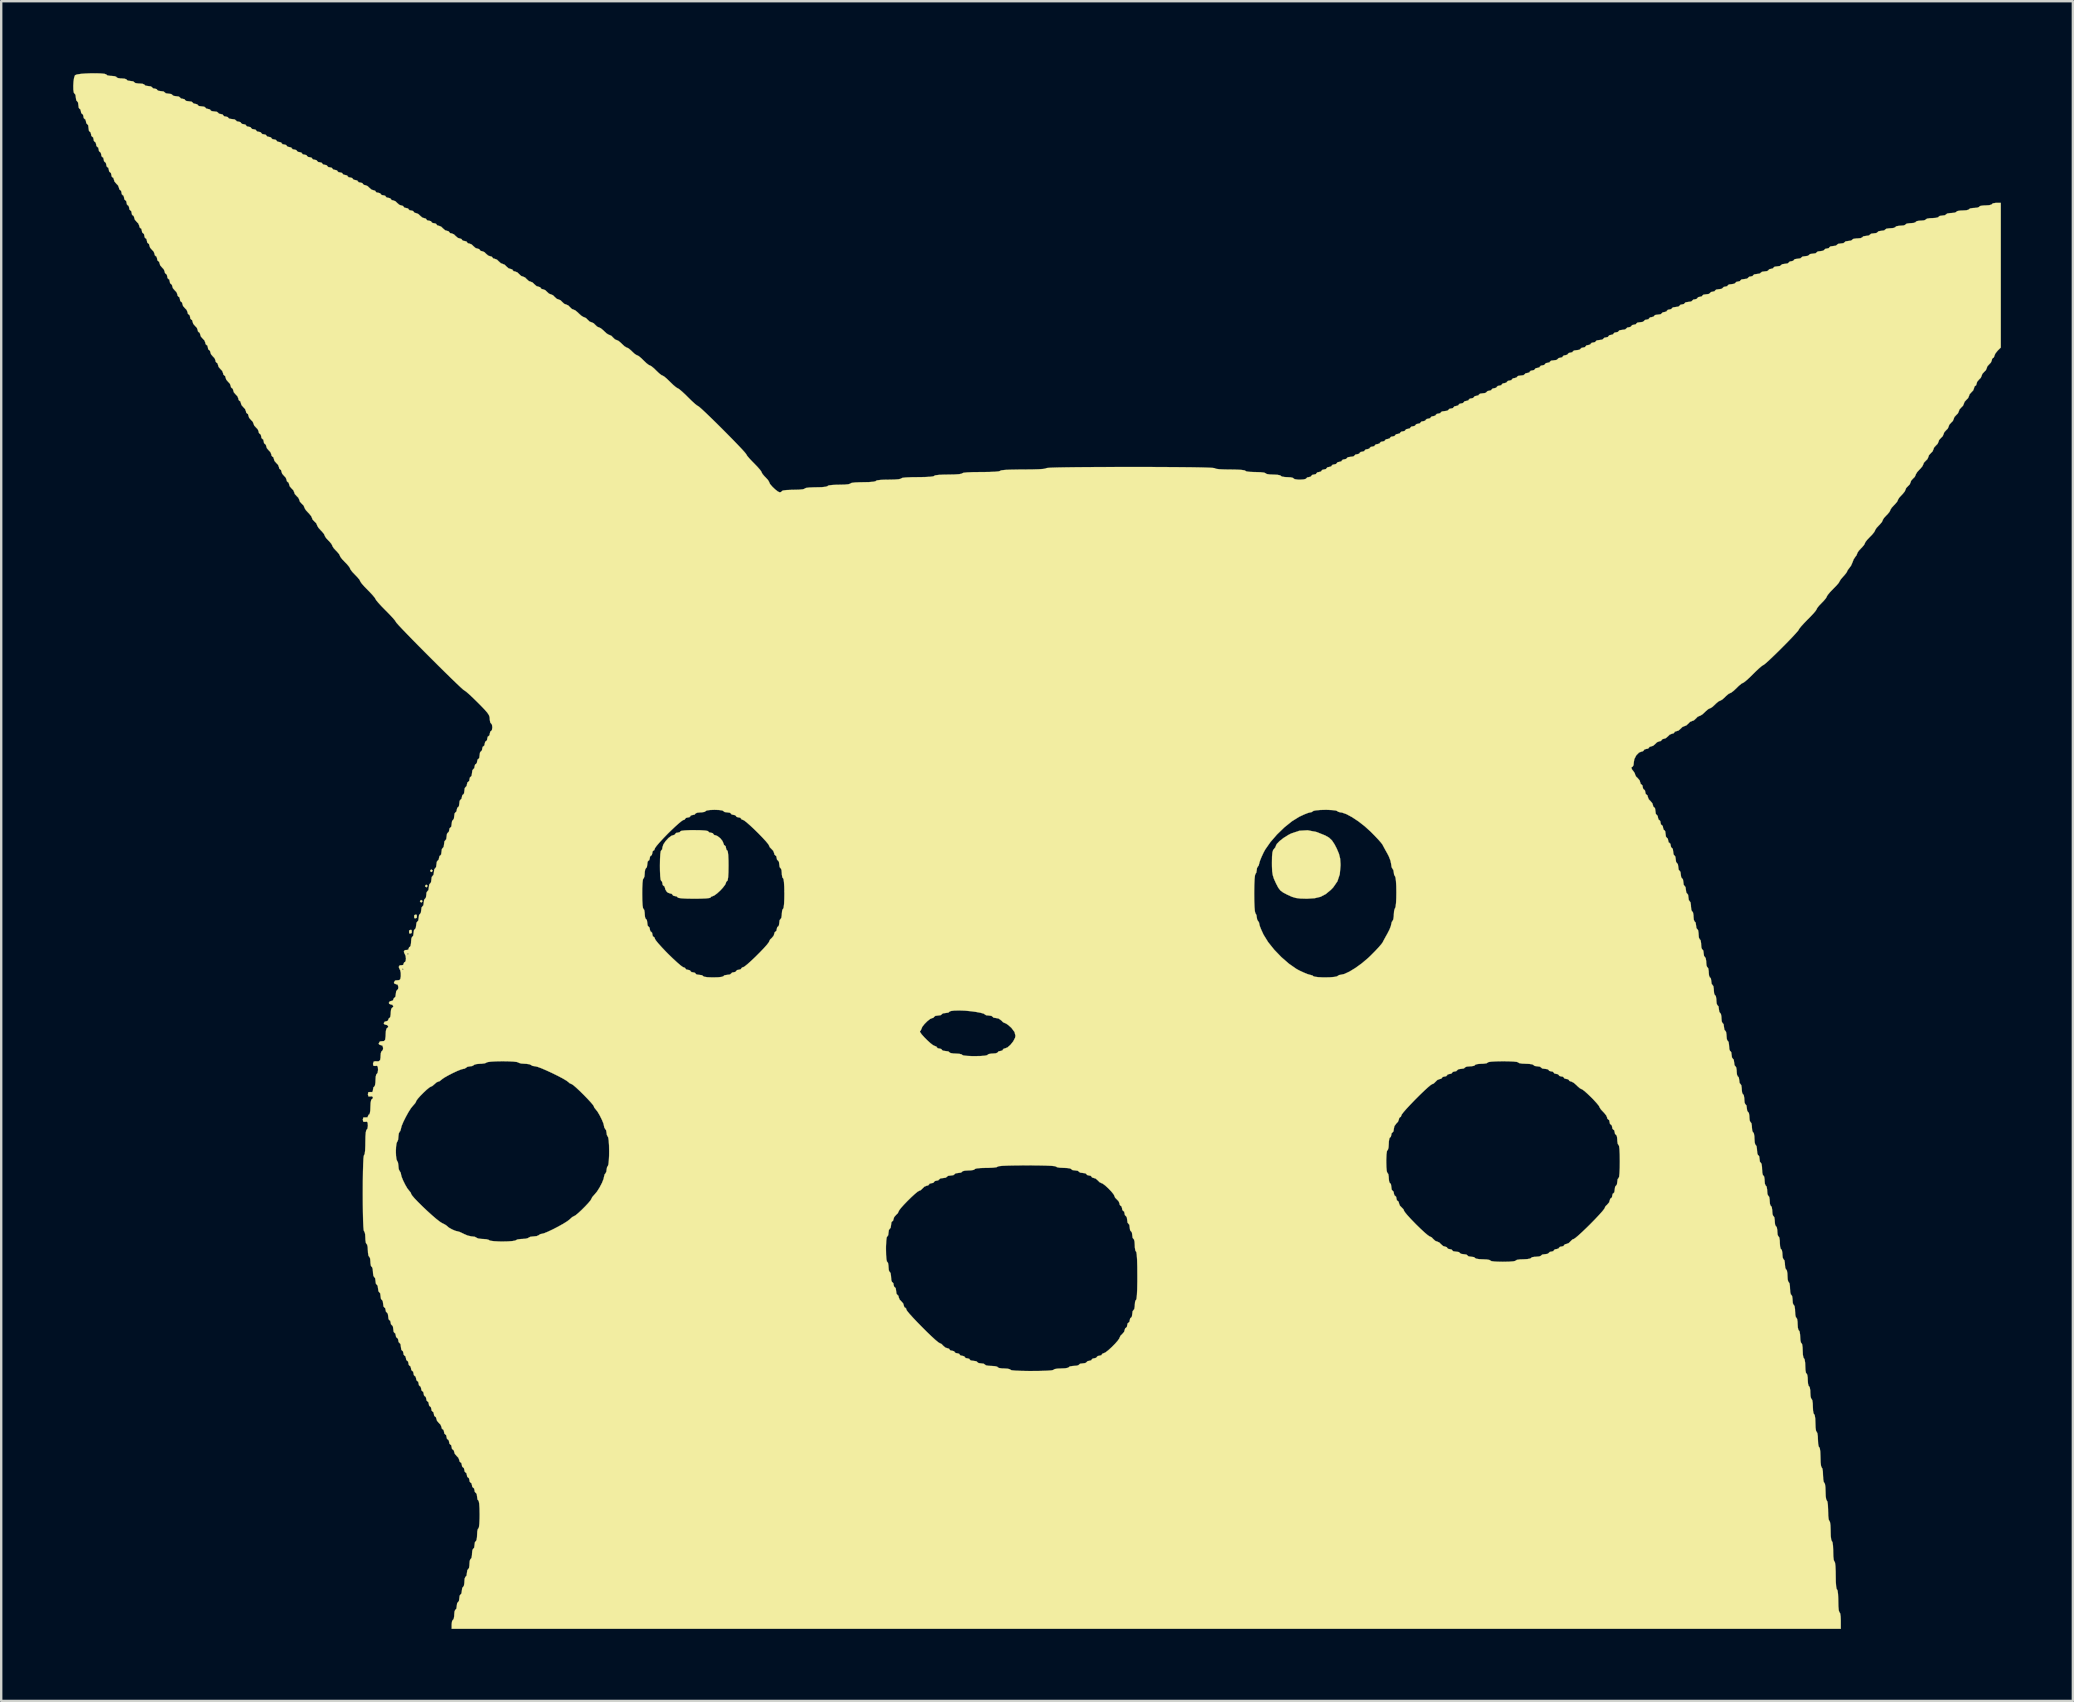
<source format=kicad_pcb>
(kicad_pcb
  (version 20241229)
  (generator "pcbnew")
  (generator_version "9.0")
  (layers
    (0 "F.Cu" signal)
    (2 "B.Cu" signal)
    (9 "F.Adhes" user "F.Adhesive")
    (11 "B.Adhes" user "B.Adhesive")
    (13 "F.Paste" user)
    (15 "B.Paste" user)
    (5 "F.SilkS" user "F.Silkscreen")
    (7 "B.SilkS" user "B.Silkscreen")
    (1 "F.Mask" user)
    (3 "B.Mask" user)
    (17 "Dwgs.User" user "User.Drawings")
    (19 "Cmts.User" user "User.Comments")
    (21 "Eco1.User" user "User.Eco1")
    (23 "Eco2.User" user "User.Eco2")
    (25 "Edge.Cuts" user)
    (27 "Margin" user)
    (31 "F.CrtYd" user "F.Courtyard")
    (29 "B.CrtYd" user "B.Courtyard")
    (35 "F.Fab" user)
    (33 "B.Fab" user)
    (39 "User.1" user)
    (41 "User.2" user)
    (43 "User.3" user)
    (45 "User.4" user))
  (footprint "pika"
    (layer "F.Cu")
    (at 34.508 24.985)
    (property "Reference" "pika" (at 0 0 0) (layer "F.SilkS") (effects (font (size 1.524 1.524) (thickness 0.3))))
    (attr through_hole)
    (fp_poly (pts (xy -20.399 10.742) (xy -20.396 10.83) (xy -20.414 10.857) (xy -20.479 10.876) (xy -20.505 10.848) (xy -20.509 10.76) (xy -20.491 10.733) (xy -20.426 10.714) (xy -20.399 10.742)) (stroke (width 0.01) (type solid)) (fill yes) (layer "F.SilkS"))
    (fp_poly (pts (xy -20.188 10.107) (xy -20.184 10.195) (xy -20.202 10.222) (xy -20.267 10.241) (xy -20.294 10.213) (xy -20.297 10.125) (xy -20.279 10.098) (xy -20.214 10.079) (xy -20.188 10.107)) (stroke (width 0.01) (type solid)) (fill yes) (layer "F.SilkS"))
    (fp_poly (pts (xy -19.951 9.512) (xy -19.95 9.525) (xy -19.99 9.576) (xy -20.003 9.578) (xy -20.054 9.538) (xy -20.055 9.525) (xy -20.015 9.474) (xy -20.003 9.472) (xy -19.951 9.512)) (stroke (width 0.01) (type solid)) (fill yes) (layer "F.SilkS"))
    (fp_poly (pts (xy -19.739 8.877) (xy -19.738 8.89) (xy -19.778 8.941) (xy -19.791 8.943) (xy -19.842 8.903) (xy -19.844 8.89) (xy -19.803 8.839) (xy -19.791 8.837) (xy -19.739 8.877)) (stroke (width 0.01) (type solid)) (fill yes) (layer "F.SilkS"))
    (fp_poly (pts (xy -19.528 8.242) (xy -19.526 8.255) (xy -19.567 8.306) (xy -19.579 8.308) (xy -19.631 8.268) (xy -19.632 8.255) (xy -19.592 8.204) (xy -19.579 8.202) (xy -19.528 8.242)) (stroke (width 0.01) (type solid)) (fill yes) (layer "F.SilkS"))
    (fp_poly (pts (xy 17.316 6.642) (xy 17.674 6.785) (xy 17.832 6.876) (xy 17.953 6.991) (xy 18.063 7.158) (xy 18.153 7.333) (xy 18.245 7.551) (xy 18.293 7.746) (xy 18.309 7.973) (xy 18.309 8.041) (xy 18.278 8.4) (xy 18.18 8.695) (xy 18.003 8.951) (xy 17.903 9.054) (xy 17.691 9.228) (xy 17.479 9.339) (xy 17.235 9.398) (xy 16.927 9.418) (xy 16.872 9.418) (xy 16.629 9.411) (xy 16.448 9.388) (xy 16.284 9.339) (xy 16.102 9.257) (xy 15.921 9.163) (xy 15.803 9.075) (xy 15.714 8.959) (xy 15.622 8.781) (xy 15.612 8.761) (xy 15.534 8.587) (xy 15.487 8.438) (xy 15.462 8.277) (xy 15.453 8.068) (xy 15.452 7.923) (xy 15.456 7.666) (xy 15.471 7.497) (xy 15.5 7.396) (xy 15.531 7.355) (xy 15.598 7.271) (xy 15.61 7.227) (xy 15.654 7.137) (xy 15.771 7.017) (xy 15.938 6.886) (xy 16.135 6.763) (xy 16.251 6.703) (xy 16.59 6.589) (xy 16.941 6.568) (xy 17.316 6.642)) (stroke (width 0.01) (type solid)) (fill yes) (layer "F.SilkS"))
    (fp_poly (pts (xy -8.363 6.566) (xy -8.171 6.579) (xy -8.062 6.599) (xy -8.043 6.615) (xy -7.999 6.658) (xy -7.938 6.668) (xy -7.852 6.69) (xy -7.832 6.72) (xy -7.789 6.767) (xy -7.75 6.773) (xy -7.659 6.808) (xy -7.548 6.894) (xy -7.538 6.903) (xy -7.45 7.014) (xy -7.409 7.109) (xy -7.408 7.115) (xy -7.38 7.187) (xy -7.355 7.197) (xy -7.312 7.241) (xy -7.303 7.303) (xy -7.28 7.388) (xy -7.25 7.408) (xy -7.226 7.459) (xy -7.209 7.604) (xy -7.199 7.83) (xy -7.197 8.043) (xy -7.201 8.322) (xy -7.213 8.528) (xy -7.232 8.65) (xy -7.25 8.678) (xy -7.296 8.721) (xy -7.303 8.759) (xy -7.338 8.837) (xy -7.43 8.958) (xy -7.539 9.077) (xy -7.675 9.201) (xy -7.792 9.286) (xy -7.857 9.313) (xy -7.928 9.341) (xy -7.938 9.366) (xy -7.989 9.389) (xy -8.134 9.406) (xy -8.364 9.416) (xy -8.625 9.419) (xy -8.92 9.415) (xy -9.139 9.404) (xy -9.274 9.386) (xy -9.313 9.366) (xy -9.358 9.323) (xy -9.419 9.313) (xy -9.505 9.291) (xy -9.525 9.26) (xy -9.568 9.214) (xy -9.608 9.207) (xy -9.714 9.172) (xy -9.767 9.132) (xy -9.831 9.029) (xy -9.842 8.973) (xy -9.87 8.9) (xy -9.895 8.89) (xy -9.938 8.846) (xy -9.948 8.784) (xy -9.97 8.698) (xy -10.001 8.678) (xy -10.024 8.627) (xy -10.042 8.483) (xy -10.052 8.257) (xy -10.054 8.043) (xy -10.05 7.765) (xy -10.038 7.558) (xy -10.019 7.437) (xy -10.001 7.408) (xy -9.962 7.363) (xy -9.948 7.274) (xy -9.911 7.158) (xy -9.817 7.019) (xy -9.696 6.888) (xy -9.574 6.797) (xy -9.5 6.773) (xy -9.429 6.745) (xy -9.419 6.72) (xy -9.375 6.677) (xy -9.313 6.668) (xy -9.227 6.645) (xy -9.207 6.615) (xy -9.157 6.591) (xy -9.014 6.573) (xy -8.793 6.563) (xy -8.625 6.562) (xy -8.363 6.566)) (stroke (width 0.01) (type solid)) (fill yes) (layer "F.SilkS"))
    (fp_poly (pts (xy -33.355 -24.973) (xy -33.206 -24.958) (xy -33.13 -24.933) (xy -33.126 -24.924) (xy -33.079 -24.891) (xy -32.962 -24.872) (xy -32.914 -24.871) (xy -32.782 -24.859) (xy -32.708 -24.83) (xy -32.703 -24.818) (xy -32.656 -24.785) (xy -32.538 -24.766) (xy -32.491 -24.765) (xy -32.358 -24.753) (xy -32.285 -24.724) (xy -32.279 -24.712) (xy -32.233 -24.675) (xy -32.122 -24.659) (xy -32.12 -24.659) (xy -32.009 -24.644) (xy -31.962 -24.607) (xy -31.962 -24.606) (xy -31.915 -24.573) (xy -31.797 -24.555) (xy -31.75 -24.553) (xy -31.617 -24.542) (xy -31.544 -24.512) (xy -31.538 -24.5) (xy -31.492 -24.463) (xy -31.382 -24.448) (xy -31.38 -24.448) (xy -31.268 -24.432) (xy -31.221 -24.395) (xy -31.221 -24.395) (xy -31.177 -24.352) (xy -31.115 -24.342) (xy -31.029 -24.32) (xy -31.009 -24.289) (xy -30.963 -24.252) (xy -30.852 -24.236) (xy -30.85 -24.236) (xy -30.739 -24.221) (xy -30.692 -24.184) (xy -30.692 -24.183) (xy -30.646 -24.146) (xy -30.535 -24.13) (xy -30.533 -24.13) (xy -30.421 -24.115) (xy -30.374 -24.078) (xy -30.374 -24.077) (xy -30.328 -24.04) (xy -30.217 -24.024) (xy -30.215 -24.024) (xy -30.104 -24.009) (xy -30.057 -23.972) (xy -30.057 -23.971) (xy -30.012 -23.928) (xy -29.951 -23.918) (xy -29.865 -23.896) (xy -29.845 -23.865) (xy -29.799 -23.828) (xy -29.688 -23.813) (xy -29.686 -23.812) (xy -29.575 -23.797) (xy -29.528 -23.76) (xy -29.527 -23.76) (xy -29.483 -23.717) (xy -29.422 -23.707) (xy -29.336 -23.685) (xy -29.316 -23.654) (xy -29.27 -23.617) (xy -29.159 -23.601) (xy -29.157 -23.601) (xy -29.046 -23.586) (xy -28.998 -23.549) (xy -28.998 -23.548) (xy -28.954 -23.505) (xy -28.892 -23.495) (xy -28.807 -23.473) (xy -28.787 -23.442) (xy -28.741 -23.405) (xy -28.63 -23.389) (xy -28.628 -23.389) (xy -28.516 -23.374) (xy -28.469 -23.337) (xy -28.469 -23.336) (xy -28.425 -23.293) (xy -28.363 -23.283) (xy -28.277 -23.261) (xy -28.258 -23.23) (xy -28.213 -23.187) (xy -28.152 -23.177) (xy -28.066 -23.155) (xy -28.046 -23.125) (xy -28 -23.087) (xy -27.889 -23.072) (xy -27.887 -23.072) (xy -27.776 -23.056) (xy -27.728 -23.019) (xy -27.728 -23.019) (xy -27.684 -22.976) (xy -27.622 -22.966) (xy -27.537 -22.944) (xy -27.517 -22.913) (xy -27.472 -22.87) (xy -27.411 -22.86) (xy -27.325 -22.838) (xy -27.305 -22.807) (xy -27.261 -22.764) (xy -27.199 -22.754) (xy -27.113 -22.732) (xy -27.093 -22.701) (xy -27.049 -22.658) (xy -26.988 -22.648) (xy -26.902 -22.626) (xy -26.882 -22.595) (xy -26.837 -22.552) (xy -26.776 -22.543) (xy -26.69 -22.52) (xy -26.67 -22.49) (xy -26.626 -22.447) (xy -26.564 -22.437) (xy -26.478 -22.415) (xy -26.458 -22.384) (xy -26.414 -22.341) (xy -26.352 -22.331) (xy -26.267 -22.309) (xy -26.247 -22.278) (xy -26.202 -22.235) (xy -26.141 -22.225) (xy -26.055 -22.203) (xy -26.035 -22.172) (xy -25.991 -22.129) (xy -25.929 -22.119) (xy -25.843 -22.097) (xy -25.823 -22.066) (xy -25.779 -22.023) (xy -25.718 -22.013) (xy -25.632 -21.991) (xy -25.612 -21.96) (xy -25.567 -21.917) (xy -25.506 -21.907) (xy -25.42 -21.885) (xy -25.4 -21.855) (xy -25.356 -21.812) (xy -25.294 -21.802) (xy -25.208 -21.78) (xy -25.188 -21.749) (xy -25.144 -21.706) (xy -25.082 -21.696) (xy -24.997 -21.674) (xy -24.977 -21.643) (xy -24.932 -21.6) (xy -24.871 -21.59) (xy -24.785 -21.568) (xy -24.765 -21.537) (xy -24.721 -21.494) (xy -24.659 -21.484) (xy -24.573 -21.462) (xy -24.553 -21.431) (xy -24.509 -21.388) (xy -24.448 -21.378) (xy -24.362 -21.356) (xy -24.342 -21.325) (xy -24.297 -21.282) (xy -24.236 -21.273) (xy -24.15 -21.25) (xy -24.13 -21.22) (xy -24.086 -21.177) (xy -24.024 -21.167) (xy -23.938 -21.145) (xy -23.918 -21.114) (xy -23.874 -21.071) (xy -23.812 -21.061) (xy -23.727 -21.039) (xy -23.707 -21.008) (xy -23.662 -20.965) (xy -23.601 -20.955) (xy -23.515 -20.933) (xy -23.495 -20.902) (xy -23.451 -20.859) (xy -23.389 -20.849) (xy -23.303 -20.827) (xy -23.283 -20.796) (xy -23.239 -20.753) (xy -23.177 -20.743) (xy -23.092 -20.721) (xy -23.072 -20.69) (xy -23.027 -20.647) (xy -22.966 -20.637) (xy -22.88 -20.615) (xy -22.86 -20.585) (xy -22.816 -20.542) (xy -22.754 -20.532) (xy -22.668 -20.51) (xy -22.648 -20.479) (xy -22.604 -20.436) (xy -22.543 -20.426) (xy -22.457 -20.404) (xy -22.437 -20.373) (xy -22.393 -20.328) (xy -22.343 -20.32) (xy -22.24 -20.28) (xy -22.172 -20.214) (xy -22.077 -20.132) (xy -22.002 -20.108) (xy -21.922 -20.084) (xy -21.907 -20.055) (xy -21.863 -20.012) (xy -21.802 -20.003) (xy -21.716 -19.98) (xy -21.696 -19.95) (xy -21.652 -19.907) (xy -21.59 -19.897) (xy -21.504 -19.875) (xy -21.484 -19.844) (xy -21.44 -19.801) (xy -21.378 -19.791) (xy -21.292 -19.769) (xy -21.273 -19.738) (xy -21.229 -19.693) (xy -21.178 -19.685) (xy -21.076 -19.645) (xy -21.008 -19.579) (xy -20.913 -19.497) (xy -20.837 -19.473) (xy -20.758 -19.449) (xy -20.743 -19.42) (xy -20.699 -19.377) (xy -20.637 -19.367) (xy -20.552 -19.345) (xy -20.532 -19.315) (xy -20.487 -19.272) (xy -20.426 -19.262) (xy -20.34 -19.24) (xy -20.32 -19.209) (xy -20.276 -19.164) (xy -20.226 -19.156) (xy -20.124 -19.116) (xy -20.055 -19.05) (xy -19.96 -18.967) (xy -19.885 -18.944) (xy -19.806 -18.92) (xy -19.791 -18.891) (xy -19.747 -18.848) (xy -19.685 -18.838) (xy -19.599 -18.816) (xy -19.579 -18.785) (xy -19.535 -18.742) (xy -19.473 -18.733) (xy -19.387 -18.71) (xy -19.367 -18.68) (xy -19.324 -18.635) (xy -19.273 -18.627) (xy -19.171 -18.587) (xy -19.103 -18.521) (xy -19.008 -18.438) (xy -18.932 -18.415) (xy -18.853 -18.39) (xy -18.838 -18.362) (xy -18.795 -18.317) (xy -18.744 -18.309) (xy -18.642 -18.269) (xy -18.574 -18.203) (xy -18.479 -18.121) (xy -18.403 -18.098) (xy -18.324 -18.073) (xy -18.309 -18.045) (xy -18.265 -18.002) (xy -18.203 -17.992) (xy -18.117 -17.97) (xy -18.098 -17.939) (xy -18.054 -17.894) (xy -18.003 -17.886) (xy -17.901 -17.846) (xy -17.833 -17.78) (xy -17.738 -17.697) (xy -17.662 -17.674) (xy -17.583 -17.65) (xy -17.568 -17.621) (xy -17.525 -17.577) (xy -17.474 -17.568) (xy -17.372 -17.528) (xy -17.304 -17.462) (xy -17.209 -17.38) (xy -17.133 -17.357) (xy -17.054 -17.332) (xy -17.039 -17.304) (xy -16.995 -17.259) (xy -16.945 -17.251) (xy -16.843 -17.211) (xy -16.775 -17.145) (xy -16.684 -17.063) (xy -16.616 -17.039) (xy -16.523 -17) (xy -16.457 -16.933) (xy -16.362 -16.851) (xy -16.287 -16.828) (xy -16.207 -16.803) (xy -16.192 -16.775) (xy -16.149 -16.73) (xy -16.098 -16.722) (xy -15.996 -16.682) (xy -15.928 -16.616) (xy -15.838 -16.533) (xy -15.769 -16.51) (xy -15.676 -16.47) (xy -15.61 -16.404) (xy -15.52 -16.322) (xy -15.452 -16.298) (xy -15.359 -16.259) (xy -15.293 -16.193) (xy -15.198 -16.11) (xy -15.122 -16.087) (xy -15.043 -16.062) (xy -15.028 -16.034) (xy -14.985 -15.989) (xy -14.934 -15.981) (xy -14.832 -15.941) (xy -14.764 -15.875) (xy -14.674 -15.793) (xy -14.605 -15.769) (xy -14.512 -15.73) (xy -14.446 -15.663) (xy -14.356 -15.581) (xy -14.287 -15.557) (xy -14.195 -15.518) (xy -14.129 -15.452) (xy -14.039 -15.369) (xy -13.97 -15.346) (xy -13.877 -15.306) (xy -13.811 -15.24) (xy -13.725 -15.158) (xy -13.662 -15.134) (xy -13.582 -15.098) (xy -13.473 -15.008) (xy -13.441 -14.975) (xy -13.33 -14.875) (xy -13.238 -14.82) (xy -13.22 -14.817) (xy -13.135 -14.777) (xy -13.07 -14.711) (xy -12.98 -14.628) (xy -12.912 -14.605) (xy -12.819 -14.565) (xy -12.753 -14.499) (xy -12.667 -14.417) (xy -12.604 -14.393) (xy -12.524 -14.357) (xy -12.415 -14.267) (xy -12.383 -14.235) (xy -12.272 -14.134) (xy -12.18 -14.079) (xy -12.161 -14.076) (xy -12.076 -14.037) (xy -12.012 -13.97) (xy -11.926 -13.888) (xy -11.863 -13.864) (xy -11.783 -13.828) (xy -11.674 -13.738) (xy -11.642 -13.705) (xy -11.534 -13.605) (xy -11.447 -13.55) (xy -11.43 -13.547) (xy -11.356 -13.511) (xy -11.251 -13.421) (xy -11.218 -13.388) (xy -11.111 -13.288) (xy -11.024 -13.233) (xy -11.008 -13.229) (xy -10.939 -13.194) (xy -10.828 -13.102) (xy -10.742 -13.018) (xy -10.619 -12.9) (xy -10.519 -12.823) (xy -10.477 -12.806) (xy -10.409 -12.77) (xy -10.299 -12.679) (xy -10.213 -12.594) (xy -10.09 -12.477) (xy -9.99 -12.4) (xy -9.949 -12.383) (xy -9.884 -12.347) (xy -9.772 -12.254) (xy -9.635 -12.122) (xy -9.631 -12.118) (xy -9.494 -11.986) (xy -9.381 -11.891) (xy -9.315 -11.853) (xy -9.314 -11.853) (xy -9.254 -11.818) (xy -9.14 -11.722) (xy -8.99 -11.583) (xy -8.89 -11.483) (xy -8.729 -11.325) (xy -8.592 -11.201) (xy -8.497 -11.126) (xy -8.469 -11.113) (xy -8.416 -11.076) (xy -8.303 -10.976) (xy -8.14 -10.824) (xy -7.94 -10.632) (xy -7.715 -10.412) (xy -7.477 -10.176) (xy -7.239 -9.936) (xy -7.012 -9.706) (xy -6.809 -9.495) (xy -6.641 -9.318) (xy -6.521 -9.185) (xy -6.461 -9.11) (xy -6.456 -9.099) (xy -6.42 -9.038) (xy -6.326 -8.926) (xy -6.19 -8.783) (xy -6.138 -8.731) (xy -5.993 -8.581) (xy -5.882 -8.455) (xy -5.825 -8.373) (xy -5.821 -8.359) (xy -5.785 -8.287) (xy -5.696 -8.182) (xy -5.662 -8.149) (xy -5.562 -8.042) (xy -5.507 -7.957) (xy -5.503 -7.941) (xy -5.465 -7.861) (xy -5.37 -7.75) (xy -5.25 -7.636) (xy -5.134 -7.547) (xy -5.055 -7.514) (xy -4.984 -7.542) (xy -4.974 -7.567) (xy -4.924 -7.592) (xy -4.786 -7.611) (xy -4.577 -7.619) (xy -4.498 -7.62) (xy -4.27 -7.626) (xy -4.107 -7.641) (xy -4.027 -7.664) (xy -4.022 -7.673) (xy -3.972 -7.698) (xy -3.833 -7.716) (xy -3.624 -7.725) (xy -3.545 -7.726) (xy -3.317 -7.731) (xy -3.154 -7.747) (xy -3.074 -7.77) (xy -3.069 -7.779) (xy -3.019 -7.804) (xy -2.881 -7.822) (xy -2.672 -7.831) (xy -2.593 -7.832) (xy -2.365 -7.837) (xy -2.202 -7.853) (xy -2.122 -7.876) (xy -2.117 -7.885) (xy -2.066 -7.909) (xy -1.926 -7.927) (xy -1.71 -7.936) (xy -1.587 -7.938) (xy -1.342 -7.943) (xy -1.164 -7.957) (xy -1.07 -7.978) (xy -1.058 -7.99) (xy -1.008 -8.015) (xy -0.867 -8.033) (xy -0.651 -8.042) (xy -0.529 -8.043) (xy -0.283 -8.048) (xy -0.106 -8.062) (xy -0.011 -8.084) (xy 0 -8.096) (xy 0.051 -8.119) (xy 0.197 -8.136) (xy 0.427 -8.146) (xy 0.688 -8.149) (xy 0.982 -8.153) (xy 1.202 -8.164) (xy 1.337 -8.182) (xy 1.376 -8.202) (xy 1.426 -8.226) (xy 1.569 -8.243) (xy 1.791 -8.253) (xy 1.958 -8.255) (xy 2.221 -8.26) (xy 2.413 -8.273) (xy 2.521 -8.293) (xy 2.54 -8.308) (xy 2.591 -8.329) (xy 2.739 -8.346) (xy 2.975 -8.357) (xy 3.289 -8.361) (xy 3.334 -8.361) (xy 3.657 -8.364) (xy 3.903 -8.374) (xy 4.063 -8.39) (xy 4.127 -8.411) (xy 4.128 -8.414) (xy 4.179 -8.434) (xy 4.33 -8.45) (xy 4.571 -8.46) (xy 4.898 -8.466) (xy 5.08 -8.467) (xy 5.444 -8.47) (xy 5.727 -8.478) (xy 5.921 -8.491) (xy 6.021 -8.509) (xy 6.032 -8.52) (xy 6.085 -8.531) (xy 6.243 -8.542) (xy 6.504 -8.551) (xy 6.867 -8.558) (xy 7.332 -8.564) (xy 7.897 -8.568) (xy 8.561 -8.571) (xy 9.323 -8.572) (xy 9.551 -8.572) (xy 10.341 -8.572) (xy 11.032 -8.569) (xy 11.625 -8.565) (xy 12.117 -8.56) (xy 12.509 -8.553) (xy 12.798 -8.544) (xy 12.985 -8.534) (xy 13.066 -8.523) (xy 13.07 -8.52) (xy 13.121 -8.496) (xy 13.266 -8.479) (xy 13.492 -8.469) (xy 13.705 -8.467) (xy 13.984 -8.462) (xy 14.19 -8.45) (xy 14.312 -8.432) (xy 14.34 -8.414) (xy 14.39 -8.388) (xy 14.525 -8.369) (xy 14.726 -8.361) (xy 14.764 -8.361) (xy 14.973 -8.355) (xy 15.121 -8.338) (xy 15.186 -8.313) (xy 15.187 -8.308) (xy 15.235 -8.28) (xy 15.361 -8.261) (xy 15.505 -8.255) (xy 15.674 -8.247) (xy 15.788 -8.226) (xy 15.822 -8.202) (xy 15.87 -8.172) (xy 15.991 -8.153) (xy 16.087 -8.149) (xy 16.238 -8.14) (xy 16.333 -8.115) (xy 16.351 -8.096) (xy 16.399 -8.066) (xy 16.521 -8.047) (xy 16.616 -8.043) (xy 16.767 -8.053) (xy 16.863 -8.077) (xy 16.88 -8.096) (xy 16.925 -8.139) (xy 16.986 -8.149) (xy 17.072 -8.171) (xy 17.092 -8.202) (xy 17.136 -8.245) (xy 17.198 -8.255) (xy 17.284 -8.277) (xy 17.304 -8.308) (xy 17.348 -8.351) (xy 17.41 -8.361) (xy 17.496 -8.383) (xy 17.515 -8.414) (xy 17.56 -8.457) (xy 17.621 -8.467) (xy 17.707 -8.489) (xy 17.727 -8.52) (xy 17.771 -8.563) (xy 17.833 -8.572) (xy 17.919 -8.595) (xy 17.939 -8.625) (xy 17.983 -8.668) (xy 18.045 -8.678) (xy 18.131 -8.7) (xy 18.15 -8.731) (xy 18.195 -8.774) (xy 18.256 -8.784) (xy 18.342 -8.806) (xy 18.362 -8.837) (xy 18.406 -8.88) (xy 18.468 -8.89) (xy 18.554 -8.912) (xy 18.574 -8.943) (xy 18.62 -8.98) (xy 18.731 -8.996) (xy 18.733 -8.996) (xy 18.844 -9.011) (xy 18.891 -9.048) (xy 18.891 -9.049) (xy 18.936 -9.092) (xy 18.997 -9.102) (xy 19.083 -9.124) (xy 19.103 -9.155) (xy 19.147 -9.198) (xy 19.209 -9.207) (xy 19.295 -9.23) (xy 19.315 -9.26) (xy 19.359 -9.303) (xy 19.42 -9.313) (xy 19.506 -9.335) (xy 19.526 -9.366) (xy 19.571 -9.409) (xy 19.632 -9.419) (xy 19.718 -9.441) (xy 19.738 -9.472) (xy 19.782 -9.515) (xy 19.844 -9.525) (xy 19.93 -9.547) (xy 19.95 -9.578) (xy 19.994 -9.621) (xy 20.055 -9.631) (xy 20.141 -9.653) (xy 20.161 -9.684) (xy 20.206 -9.727) (xy 20.267 -9.737) (xy 20.353 -9.759) (xy 20.373 -9.79) (xy 20.417 -9.833) (xy 20.479 -9.842) (xy 20.565 -9.865) (xy 20.585 -9.895) (xy 20.629 -9.938) (xy 20.69 -9.948) (xy 20.776 -9.97) (xy 20.796 -10.001) (xy 20.841 -10.044) (xy 20.902 -10.054) (xy 20.988 -10.076) (xy 21.008 -10.107) (xy 21.052 -10.15) (xy 21.114 -10.16) (xy 21.2 -10.182) (xy 21.22 -10.213) (xy 21.264 -10.256) (xy 21.325 -10.266) (xy 21.411 -10.288) (xy 21.431 -10.319) (xy 21.476 -10.362) (xy 21.537 -10.372) (xy 21.623 -10.394) (xy 21.643 -10.425) (xy 21.687 -10.468) (xy 21.749 -10.477) (xy 21.835 -10.5) (xy 21.855 -10.53) (xy 21.899 -10.573) (xy 21.96 -10.583) (xy 22.046 -10.605) (xy 22.066 -10.636) (xy 22.111 -10.679) (xy 22.172 -10.689) (xy 22.258 -10.711) (xy 22.278 -10.742) (xy 22.322 -10.785) (xy 22.384 -10.795) (xy 22.47 -10.817) (xy 22.49 -10.848) (xy 22.536 -10.885) (xy 22.646 -10.901) (xy 22.648 -10.901) (xy 22.76 -10.916) (xy 22.807 -10.953) (xy 22.807 -10.954) (xy 22.851 -10.997) (xy 22.913 -11.007) (xy 22.999 -11.029) (xy 23.019 -11.06) (xy 23.063 -11.103) (xy 23.125 -11.113) (xy 23.211 -11.135) (xy 23.23 -11.165) (xy 23.275 -11.208) (xy 23.336 -11.218) (xy 23.422 -11.24) (xy 23.442 -11.271) (xy 23.486 -11.314) (xy 23.548 -11.324) (xy 23.634 -11.346) (xy 23.654 -11.377) (xy 23.698 -11.42) (xy 23.76 -11.43) (xy 23.846 -11.452) (xy 23.865 -11.483) (xy 23.91 -11.526) (xy 23.971 -11.536) (xy 24.057 -11.558) (xy 24.077 -11.589) (xy 24.123 -11.626) (xy 24.234 -11.642) (xy 24.236 -11.642) (xy 24.347 -11.657) (xy 24.395 -11.694) (xy 24.395 -11.695) (xy 24.439 -11.738) (xy 24.5 -11.748) (xy 24.586 -11.77) (xy 24.606 -11.8) (xy 24.651 -11.843) (xy 24.712 -11.853) (xy 24.798 -11.875) (xy 24.818 -11.906) (xy 24.862 -11.949) (xy 24.924 -11.959) (xy 25.01 -11.981) (xy 25.03 -12.012) (xy 25.074 -12.055) (xy 25.135 -12.065) (xy 25.221 -12.087) (xy 25.241 -12.118) (xy 25.286 -12.161) (xy 25.347 -12.171) (xy 25.433 -12.193) (xy 25.453 -12.224) (xy 25.497 -12.267) (xy 25.559 -12.277) (xy 25.645 -12.299) (xy 25.665 -12.33) (xy 25.711 -12.367) (xy 25.821 -12.382) (xy 25.823 -12.383) (xy 25.935 -12.398) (xy 25.982 -12.435) (xy 25.982 -12.435) (xy 26.026 -12.478) (xy 26.088 -12.488) (xy 26.174 -12.51) (xy 26.194 -12.541) (xy 26.238 -12.584) (xy 26.3 -12.594) (xy 26.386 -12.616) (xy 26.405 -12.647) (xy 26.45 -12.69) (xy 26.511 -12.7) (xy 26.597 -12.722) (xy 26.617 -12.753) (xy 26.661 -12.796) (xy 26.723 -12.806) (xy 26.809 -12.828) (xy 26.829 -12.859) (xy 26.873 -12.902) (xy 26.935 -12.912) (xy 27.021 -12.934) (xy 27.04 -12.965) (xy 27.086 -13.002) (xy 27.197 -13.017) (xy 27.199 -13.018) (xy 27.311 -13.033) (xy 27.358 -13.07) (xy 27.358 -13.07) (xy 27.402 -13.113) (xy 27.464 -13.123) (xy 27.55 -13.145) (xy 27.57 -13.176) (xy 27.614 -13.219) (xy 27.675 -13.229) (xy 27.761 -13.251) (xy 27.781 -13.282) (xy 27.826 -13.325) (xy 27.887 -13.335) (xy 27.973 -13.357) (xy 27.993 -13.388) (xy 28.039 -13.425) (xy 28.15 -13.441) (xy 28.152 -13.441) (xy 28.263 -13.456) (xy 28.31 -13.493) (xy 28.31 -13.494) (xy 28.355 -13.537) (xy 28.416 -13.547) (xy 28.502 -13.569) (xy 28.522 -13.6) (xy 28.566 -13.643) (xy 28.628 -13.652) (xy 28.714 -13.675) (xy 28.734 -13.705) (xy 28.778 -13.748) (xy 28.84 -13.758) (xy 28.926 -13.78) (xy 28.945 -13.811) (xy 28.991 -13.848) (xy 29.102 -13.864) (xy 29.104 -13.864) (xy 29.216 -13.879) (xy 29.263 -13.916) (xy 29.263 -13.917) (xy 29.307 -13.96) (xy 29.369 -13.97) (xy 29.455 -13.992) (xy 29.475 -14.023) (xy 29.519 -14.066) (xy 29.58 -14.076) (xy 29.666 -14.098) (xy 29.686 -14.129) (xy 29.731 -14.172) (xy 29.792 -14.182) (xy 29.878 -14.204) (xy 29.898 -14.235) (xy 29.944 -14.272) (xy 30.055 -14.287) (xy 30.057 -14.287) (xy 30.168 -14.303) (xy 30.215 -14.34) (xy 30.215 -14.34) (xy 30.26 -14.383) (xy 30.321 -14.393) (xy 30.407 -14.415) (xy 30.427 -14.446) (xy 30.471 -14.489) (xy 30.533 -14.499) (xy 30.619 -14.521) (xy 30.639 -14.552) (xy 30.685 -14.589) (xy 30.796 -14.605) (xy 30.797 -14.605) (xy 30.909 -14.62) (xy 30.956 -14.657) (xy 30.956 -14.658) (xy 31.001 -14.701) (xy 31.062 -14.711) (xy 31.148 -14.733) (xy 31.168 -14.764) (xy 31.212 -14.807) (xy 31.274 -14.817) (xy 31.36 -14.839) (xy 31.38 -14.87) (xy 31.426 -14.907) (xy 31.536 -14.922) (xy 31.538 -14.922) (xy 31.65 -14.938) (xy 31.697 -14.975) (xy 31.697 -14.975) (xy 31.741 -15.018) (xy 31.803 -15.028) (xy 31.889 -15.05) (xy 31.909 -15.081) (xy 31.953 -15.124) (xy 32.015 -15.134) (xy 32.101 -15.156) (xy 32.12 -15.187) (xy 32.166 -15.224) (xy 32.277 -15.24) (xy 32.279 -15.24) (xy 32.391 -15.255) (xy 32.438 -15.292) (xy 32.438 -15.293) (xy 32.482 -15.336) (xy 32.544 -15.346) (xy 32.63 -15.368) (xy 32.65 -15.399) (xy 32.696 -15.436) (xy 32.806 -15.452) (xy 32.808 -15.452) (xy 32.92 -15.467) (xy 32.967 -15.504) (xy 32.967 -15.505) (xy 33.011 -15.548) (xy 33.073 -15.557) (xy 33.159 -15.58) (xy 33.179 -15.61) (xy 33.223 -15.653) (xy 33.285 -15.663) (xy 33.371 -15.685) (xy 33.39 -15.716) (xy 33.436 -15.753) (xy 33.547 -15.769) (xy 33.549 -15.769) (xy 33.661 -15.784) (xy 33.708 -15.821) (xy 33.708 -15.822) (xy 33.752 -15.865) (xy 33.814 -15.875) (xy 33.9 -15.897) (xy 33.92 -15.928) (xy 33.966 -15.965) (xy 34.076 -15.981) (xy 34.078 -15.981) (xy 34.19 -15.996) (xy 34.237 -16.033) (xy 34.237 -16.034) (xy 34.281 -16.077) (xy 34.343 -16.087) (xy 34.429 -16.109) (xy 34.449 -16.14) (xy 34.495 -16.177) (xy 34.606 -16.192) (xy 34.608 -16.192) (xy 34.719 -16.208) (xy 34.766 -16.245) (xy 34.766 -16.245) (xy 34.811 -16.288) (xy 34.872 -16.298) (xy 34.958 -16.32) (xy 34.978 -16.351) (xy 35.024 -16.388) (xy 35.135 -16.404) (xy 35.137 -16.404) (xy 35.248 -16.419) (xy 35.295 -16.456) (xy 35.295 -16.457) (xy 35.34 -16.5) (xy 35.401 -16.51) (xy 35.487 -16.532) (xy 35.507 -16.563) (xy 35.553 -16.6) (xy 35.664 -16.616) (xy 35.666 -16.616) (xy 35.777 -16.631) (xy 35.825 -16.668) (xy 35.825 -16.669) (xy 35.871 -16.706) (xy 35.981 -16.722) (xy 35.983 -16.722) (xy 36.095 -16.737) (xy 36.142 -16.774) (xy 36.142 -16.775) (xy 36.186 -16.818) (xy 36.248 -16.828) (xy 36.334 -16.85) (xy 36.354 -16.88) (xy 36.4 -16.918) (xy 36.511 -16.933) (xy 36.513 -16.933) (xy 36.624 -16.949) (xy 36.671 -16.986) (xy 36.671 -16.986) (xy 36.717 -17.023) (xy 36.828 -17.039) (xy 36.83 -17.039) (xy 36.941 -17.054) (xy 36.989 -17.091) (xy 36.989 -17.092) (xy 37.033 -17.135) (xy 37.095 -17.145) (xy 37.181 -17.167) (xy 37.2 -17.198) (xy 37.246 -17.235) (xy 37.357 -17.251) (xy 37.359 -17.251) (xy 37.471 -17.266) (xy 37.518 -17.303) (xy 37.518 -17.304) (xy 37.564 -17.341) (xy 37.675 -17.357) (xy 37.677 -17.357) (xy 37.788 -17.372) (xy 37.835 -17.409) (xy 37.835 -17.41) (xy 37.881 -17.447) (xy 37.992 -17.462) (xy 37.994 -17.462) (xy 38.106 -17.478) (xy 38.153 -17.515) (xy 38.153 -17.515) (xy 38.199 -17.553) (xy 38.31 -17.568) (xy 38.312 -17.568) (xy 38.423 -17.584) (xy 38.47 -17.621) (xy 38.47 -17.621) (xy 38.515 -17.664) (xy 38.576 -17.674) (xy 38.662 -17.696) (xy 38.682 -17.727) (xy 38.728 -17.764) (xy 38.839 -17.78) (xy 38.841 -17.78) (xy 38.952 -17.795) (xy 39 -17.832) (xy 39 -17.833) (xy 39.046 -17.87) (xy 39.156 -17.886) (xy 39.158 -17.886) (xy 39.27 -17.901) (xy 39.317 -17.938) (xy 39.317 -17.939) (xy 39.363 -17.976) (xy 39.474 -17.992) (xy 39.476 -17.992) (xy 39.587 -18.007) (xy 39.635 -18.044) (xy 39.635 -18.045) (xy 39.682 -18.078) (xy 39.799 -18.096) (xy 39.846 -18.098) (xy 39.979 -18.109) (xy 40.053 -18.139) (xy 40.058 -18.15) (xy 40.104 -18.188) (xy 40.215 -18.203) (xy 40.217 -18.203) (xy 40.328 -18.219) (xy 40.375 -18.256) (xy 40.375 -18.256) (xy 40.421 -18.293) (xy 40.532 -18.309) (xy 40.534 -18.309) (xy 40.646 -18.324) (xy 40.693 -18.361) (xy 40.693 -18.362) (xy 40.739 -18.399) (xy 40.85 -18.415) (xy 40.852 -18.415) (xy 40.963 -18.43) (xy 41.01 -18.467) (xy 41.01 -18.468) (xy 41.057 -18.501) (xy 41.175 -18.519) (xy 41.222 -18.521) (xy 41.355 -18.533) (xy 41.428 -18.562) (xy 41.434 -18.574) (xy 41.481 -18.607) (xy 41.598 -18.625) (xy 41.645 -18.627) (xy 41.778 -18.638) (xy 41.852 -18.668) (xy 41.857 -18.68) (xy 41.904 -18.713) (xy 42.021 -18.731) (xy 42.069 -18.733) (xy 42.201 -18.744) (xy 42.275 -18.774) (xy 42.28 -18.785) (xy 42.327 -18.819) (xy 42.445 -18.837) (xy 42.492 -18.838) (xy 42.625 -18.85) (xy 42.698 -18.879) (xy 42.704 -18.891) (xy 42.751 -18.921) (xy 42.873 -18.941) (xy 42.968 -18.944) (xy 43.119 -18.954) (xy 43.215 -18.978) (xy 43.233 -18.997) (xy 43.279 -19.034) (xy 43.39 -19.05) (xy 43.392 -19.05) (xy 43.503 -19.065) (xy 43.55 -19.102) (xy 43.55 -19.103) (xy 43.597 -19.136) (xy 43.715 -19.154) (xy 43.762 -19.156) (xy 43.895 -19.168) (xy 43.968 -19.197) (xy 43.974 -19.209) (xy 44.021 -19.239) (xy 44.143 -19.258) (xy 44.238 -19.262) (xy 44.389 -19.271) (xy 44.485 -19.296) (xy 44.503 -19.315) (xy 44.55 -19.348) (xy 44.667 -19.366) (xy 44.715 -19.367) (xy 44.847 -19.379) (xy 44.921 -19.409) (xy 44.926 -19.42) (xy 44.974 -19.451) (xy 45.096 -19.47) (xy 45.191 -19.473) (xy 45.342 -19.483) (xy 45.438 -19.507) (xy 45.455 -19.526) (xy 45.502 -19.561) (xy 45.616 -19.579) (xy 45.641 -19.579) (xy 45.826 -19.579) (xy 45.826 -13.551) (xy 45.694 -13.419) (xy 45.604 -13.308) (xy 45.562 -13.213) (xy 45.561 -13.205) (xy 45.533 -13.133) (xy 45.508 -13.123) (xy 45.464 -13.08) (xy 45.455 -13.029) (xy 45.415 -12.927) (xy 45.35 -12.859) (xy 45.267 -12.769) (xy 45.244 -12.7) (xy 45.204 -12.607) (xy 45.138 -12.541) (xy 45.056 -12.451) (xy 45.032 -12.383) (xy 44.993 -12.29) (xy 44.926 -12.224) (xy 44.844 -12.129) (xy 44.82 -12.053) (xy 44.796 -11.974) (xy 44.767 -11.959) (xy 44.723 -11.915) (xy 44.715 -11.865) (xy 44.675 -11.763) (xy 44.609 -11.695) (xy 44.526 -11.604) (xy 44.503 -11.536) (xy 44.463 -11.443) (xy 44.397 -11.377) (xy 44.315 -11.287) (xy 44.291 -11.218) (xy 44.252 -11.126) (xy 44.185 -11.06) (xy 44.103 -10.969) (xy 44.08 -10.901) (xy 44.04 -10.808) (xy 43.974 -10.742) (xy 43.891 -10.652) (xy 43.868 -10.583) (xy 43.828 -10.491) (xy 43.762 -10.425) (xy 43.68 -10.334) (xy 43.656 -10.266) (xy 43.617 -10.173) (xy 43.55 -10.107) (xy 43.468 -10.017) (xy 43.445 -9.948) (xy 43.405 -9.856) (xy 43.339 -9.79) (xy 43.256 -9.699) (xy 43.233 -9.631) (xy 43.193 -9.538) (xy 43.127 -9.472) (xy 43.045 -9.382) (xy 43.021 -9.313) (xy 42.982 -9.221) (xy 42.915 -9.155) (xy 42.833 -9.064) (xy 42.81 -8.996) (xy 42.77 -8.903) (xy 42.704 -8.837) (xy 42.622 -8.751) (xy 42.598 -8.688) (xy 42.562 -8.608) (xy 42.472 -8.499) (xy 42.439 -8.467) (xy 42.339 -8.356) (xy 42.284 -8.264) (xy 42.28 -8.245) (xy 42.241 -8.161) (xy 42.175 -8.096) (xy 42.092 -8.006) (xy 42.069 -7.938) (xy 42.029 -7.845) (xy 41.963 -7.779) (xy 41.881 -7.693) (xy 41.857 -7.63) (xy 41.821 -7.55) (xy 41.731 -7.441) (xy 41.698 -7.408) (xy 41.598 -7.3) (xy 41.543 -7.213) (xy 41.54 -7.197) (xy 41.504 -7.123) (xy 41.414 -7.018) (xy 41.381 -6.985) (xy 41.281 -6.877) (xy 41.226 -6.79) (xy 41.222 -6.773) (xy 41.186 -6.7) (xy 41.097 -6.594) (xy 41.063 -6.562) (xy 40.963 -6.454) (xy 40.908 -6.367) (xy 40.905 -6.35) (xy 40.869 -6.276) (xy 40.779 -6.171) (xy 40.746 -6.138) (xy 40.646 -6.031) (xy 40.591 -5.944) (xy 40.587 -5.928) (xy 40.551 -5.859) (xy 40.46 -5.748) (xy 40.375 -5.662) (xy 40.258 -5.539) (xy 40.181 -5.438) (xy 40.164 -5.396) (xy 40.128 -5.324) (xy 40.039 -5.219) (xy 40.005 -5.186) (xy 39.905 -5.078) (xy 39.85 -4.992) (xy 39.846 -4.976) (xy 39.812 -4.89) (xy 39.767 -4.834) (xy 39.693 -4.722) (xy 39.653 -4.615) (xy 39.588 -4.465) (xy 39.52 -4.371) (xy 39.448 -4.278) (xy 39.423 -4.223) (xy 39.389 -4.161) (xy 39.305 -4.057) (xy 39.264 -4.013) (xy 39.167 -3.901) (xy 39.111 -3.817) (xy 39.105 -3.799) (xy 39.07 -3.74) (xy 38.977 -3.632) (xy 38.846 -3.498) (xy 38.841 -3.493) (xy 38.709 -3.356) (xy 38.614 -3.242) (xy 38.576 -3.175) (xy 38.576 -3.174) (xy 38.541 -3.107) (xy 38.449 -2.997) (xy 38.365 -2.91) (xy 38.247 -2.788) (xy 38.171 -2.688) (xy 38.153 -2.647) (xy 38.117 -2.587) (xy 38.022 -2.472) (xy 37.882 -2.323) (xy 37.782 -2.223) (xy 37.625 -2.061) (xy 37.5 -1.924) (xy 37.426 -1.83) (xy 37.412 -1.801) (xy 37.376 -1.746) (xy 37.277 -1.633) (xy 37.131 -1.475) (xy 36.95 -1.287) (xy 36.749 -1.084) (xy 36.543 -0.878) (xy 36.345 -0.686) (xy 36.171 -0.52) (xy 36.033 -0.396) (xy 35.947 -0.327) (xy 35.928 -0.318) (xy 35.869 -0.282) (xy 35.756 -0.186) (xy 35.608 -0.047) (xy 35.507 0.053) (xy 35.346 0.211) (xy 35.207 0.335) (xy 35.112 0.41) (xy 35.082 0.423) (xy 35.015 0.459) (xy 34.905 0.55) (xy 34.819 0.635) (xy 34.696 0.752) (xy 34.595 0.829) (xy 34.554 0.847) (xy 34.481 0.883) (xy 34.376 0.972) (xy 34.343 1.005) (xy 34.235 1.106) (xy 34.148 1.161) (xy 34.131 1.164) (xy 34.058 1.2) (xy 33.952 1.289) (xy 33.92 1.323) (xy 33.812 1.423) (xy 33.725 1.478) (xy 33.708 1.482) (xy 33.634 1.518) (xy 33.529 1.607) (xy 33.496 1.64) (xy 33.386 1.741) (xy 33.293 1.796) (xy 33.275 1.799) (xy 33.19 1.838) (xy 33.126 1.905) (xy 33.036 1.987) (xy 32.967 2.011) (xy 32.874 2.05) (xy 32.808 2.117) (xy 32.718 2.199) (xy 32.65 2.223) (xy 32.557 2.262) (xy 32.491 2.328) (xy 32.396 2.411) (xy 32.32 2.434) (xy 32.241 2.459) (xy 32.226 2.487) (xy 32.182 2.532) (xy 32.132 2.54) (xy 32.03 2.58) (xy 31.962 2.646) (xy 31.867 2.728) (xy 31.791 2.752) (xy 31.712 2.776) (xy 31.697 2.805) (xy 31.653 2.849) (xy 31.603 2.857) (xy 31.501 2.897) (xy 31.433 2.963) (xy 31.337 3.046) (xy 31.262 3.069) (xy 31.183 3.094) (xy 31.168 3.122) (xy 31.124 3.165) (xy 31.062 3.175) (xy 30.976 3.197) (xy 30.956 3.228) (xy 30.913 3.274) (xy 30.874 3.281) (xy 30.749 3.328) (xy 30.634 3.446) (xy 30.554 3.603) (xy 30.533 3.728) (xy 30.52 3.852) (xy 30.487 3.914) (xy 30.48 3.916) (xy 30.43 3.948) (xy 30.453 4.028) (xy 30.506 4.093) (xy 30.572 4.19) (xy 30.586 4.244) (xy 30.625 4.328) (xy 30.692 4.392) (xy 30.774 4.487) (xy 30.797 4.563) (xy 30.822 4.642) (xy 30.85 4.657) (xy 30.893 4.701) (xy 30.903 4.763) (xy 30.925 4.848) (xy 30.956 4.868) (xy 30.999 4.913) (xy 31.009 4.974) (xy 31.031 5.06) (xy 31.062 5.08) (xy 31.107 5.124) (xy 31.115 5.174) (xy 31.155 5.276) (xy 31.221 5.345) (xy 31.303 5.44) (xy 31.327 5.515) (xy 31.351 5.594) (xy 31.38 5.609) (xy 31.417 5.655) (xy 31.432 5.766) (xy 31.433 5.768) (xy 31.448 5.879) (xy 31.485 5.927) (xy 31.485 5.927) (xy 31.528 5.971) (xy 31.538 6.032) (xy 31.56 6.118) (xy 31.591 6.138) (xy 31.634 6.183) (xy 31.644 6.244) (xy 31.666 6.33) (xy 31.697 6.35) (xy 31.74 6.394) (xy 31.75 6.456) (xy 31.772 6.542) (xy 31.803 6.562) (xy 31.84 6.608) (xy 31.856 6.718) (xy 31.856 6.72) (xy 31.871 6.832) (xy 31.908 6.879) (xy 31.909 6.879) (xy 31.952 6.923) (xy 31.962 6.985) (xy 31.984 7.071) (xy 32.015 7.091) (xy 32.058 7.135) (xy 32.068 7.197) (xy 32.09 7.283) (xy 32.12 7.303) (xy 32.158 7.348) (xy 32.173 7.459) (xy 32.173 7.461) (xy 32.189 7.573) (xy 32.226 7.62) (xy 32.226 7.62) (xy 32.263 7.666) (xy 32.279 7.777) (xy 32.279 7.779) (xy 32.294 7.89) (xy 32.331 7.937) (xy 32.332 7.938) (xy 32.369 7.983) (xy 32.385 8.094) (xy 32.385 8.096) (xy 32.4 8.208) (xy 32.437 8.255) (xy 32.438 8.255) (xy 32.475 8.301) (xy 32.491 8.412) (xy 32.491 8.414) (xy 32.506 8.525) (xy 32.543 8.572) (xy 32.544 8.572) (xy 32.581 8.618) (xy 32.597 8.729) (xy 32.597 8.731) (xy 32.612 8.843) (xy 32.649 8.89) (xy 32.65 8.89) (xy 32.687 8.936) (xy 32.702 9.047) (xy 32.703 9.049) (xy 32.718 9.16) (xy 32.755 9.207) (xy 32.755 9.207) (xy 32.793 9.253) (xy 32.808 9.364) (xy 32.808 9.366) (xy 32.824 9.478) (xy 32.861 9.525) (xy 32.861 9.525) (xy 32.894 9.572) (xy 32.913 9.689) (xy 32.914 9.737) (xy 32.926 9.869) (xy 32.955 9.943) (xy 32.967 9.948) (xy 33 9.995) (xy 33.019 10.113) (xy 33.02 10.16) (xy 33.032 10.293) (xy 33.061 10.366) (xy 33.073 10.372) (xy 33.11 10.418) (xy 33.126 10.528) (xy 33.126 10.53) (xy 33.141 10.642) (xy 33.178 10.689) (xy 33.179 10.689) (xy 33.212 10.736) (xy 33.23 10.853) (xy 33.232 10.901) (xy 33.243 11.033) (xy 33.273 11.107) (xy 33.285 11.113) (xy 33.318 11.159) (xy 33.336 11.277) (xy 33.337 11.324) (xy 33.349 11.457) (xy 33.379 11.53) (xy 33.39 11.536) (xy 33.428 11.582) (xy 33.443 11.693) (xy 33.443 11.695) (xy 33.459 11.806) (xy 33.496 11.853) (xy 33.496 11.853) (xy 33.529 11.9) (xy 33.548 12.018) (xy 33.549 12.065) (xy 33.561 12.198) (xy 33.59 12.271) (xy 33.602 12.277) (xy 33.635 12.324) (xy 33.654 12.441) (xy 33.655 12.488) (xy 33.667 12.621) (xy 33.696 12.695) (xy 33.708 12.7) (xy 33.745 12.746) (xy 33.761 12.857) (xy 33.761 12.859) (xy 33.776 12.97) (xy 33.813 13.017) (xy 33.814 13.018) (xy 33.847 13.064) (xy 33.865 13.182) (xy 33.867 13.229) (xy 33.878 13.362) (xy 33.908 13.435) (xy 33.92 13.441) (xy 33.953 13.488) (xy 33.971 13.605) (xy 33.972 13.652) (xy 33.984 13.785) (xy 34.014 13.859) (xy 34.025 13.864) (xy 34.063 13.91) (xy 34.078 14.021) (xy 34.078 14.023) (xy 34.094 14.134) (xy 34.131 14.182) (xy 34.131 14.182) (xy 34.164 14.229) (xy 34.183 14.346) (xy 34.184 14.393) (xy 34.196 14.526) (xy 34.225 14.6) (xy 34.237 14.605) (xy 34.274 14.651) (xy 34.29 14.762) (xy 34.29 14.764) (xy 34.305 14.875) (xy 34.342 14.922) (xy 34.343 14.922) (xy 34.376 14.969) (xy 34.394 15.087) (xy 34.396 15.134) (xy 34.408 15.267) (xy 34.437 15.34) (xy 34.449 15.346) (xy 34.482 15.393) (xy 34.5 15.51) (xy 34.502 15.557) (xy 34.513 15.69) (xy 34.543 15.764) (xy 34.555 15.769) (xy 34.592 15.815) (xy 34.607 15.926) (xy 34.608 15.928) (xy 34.623 16.039) (xy 34.66 16.087) (xy 34.66 16.087) (xy 34.698 16.133) (xy 34.713 16.243) (xy 34.713 16.245) (xy 34.729 16.357) (xy 34.766 16.404) (xy 34.766 16.404) (xy 34.799 16.451) (xy 34.818 16.568) (xy 34.819 16.616) (xy 34.831 16.748) (xy 34.86 16.822) (xy 34.872 16.828) (xy 34.909 16.873) (xy 34.925 16.984) (xy 34.925 16.986) (xy 34.94 17.098) (xy 34.977 17.145) (xy 34.978 17.145) (xy 35.011 17.192) (xy 35.029 17.309) (xy 35.031 17.357) (xy 35.043 17.489) (xy 35.072 17.563) (xy 35.084 17.568) (xy 35.117 17.615) (xy 35.135 17.733) (xy 35.137 17.78) (xy 35.148 17.913) (xy 35.178 17.986) (xy 35.19 17.992) (xy 35.227 18.038) (xy 35.242 18.148) (xy 35.242 18.15) (xy 35.258 18.262) (xy 35.295 18.309) (xy 35.295 18.309) (xy 35.329 18.356) (xy 35.347 18.473) (xy 35.348 18.521) (xy 35.36 18.653) (xy 35.389 18.727) (xy 35.401 18.733) (xy 35.434 18.779) (xy 35.453 18.897) (xy 35.454 18.944) (xy 35.466 19.077) (xy 35.495 19.15) (xy 35.507 19.156) (xy 35.537 19.203) (xy 35.556 19.325) (xy 35.56 19.42) (xy 35.57 19.571) (xy 35.594 19.667) (xy 35.613 19.685) (xy 35.646 19.732) (xy 35.664 19.849) (xy 35.666 19.897) (xy 35.678 20.029) (xy 35.707 20.103) (xy 35.719 20.108) (xy 35.756 20.154) (xy 35.772 20.265) (xy 35.772 20.267) (xy 35.787 20.379) (xy 35.824 20.426) (xy 35.825 20.426) (xy 35.855 20.473) (xy 35.874 20.595) (xy 35.877 20.69) (xy 35.887 20.841) (xy 35.911 20.937) (xy 35.93 20.955) (xy 35.964 21.002) (xy 35.982 21.119) (xy 35.983 21.167) (xy 35.995 21.299) (xy 36.024 21.373) (xy 36.036 21.378) (xy 36.069 21.425) (xy 36.088 21.543) (xy 36.089 21.59) (xy 36.101 21.723) (xy 36.13 21.796) (xy 36.142 21.802) (xy 36.175 21.849) (xy 36.194 21.966) (xy 36.195 22.013) (xy 36.207 22.146) (xy 36.236 22.22) (xy 36.248 22.225) (xy 36.281 22.272) (xy 36.299 22.389) (xy 36.301 22.437) (xy 36.313 22.569) (xy 36.342 22.643) (xy 36.354 22.648) (xy 36.387 22.695) (xy 36.405 22.813) (xy 36.407 22.86) (xy 36.418 22.993) (xy 36.448 23.066) (xy 36.46 23.072) (xy 36.493 23.119) (xy 36.511 23.236) (xy 36.513 23.283) (xy 36.524 23.416) (xy 36.554 23.49) (xy 36.565 23.495) (xy 36.596 23.543) (xy 36.615 23.664) (xy 36.618 23.76) (xy 36.628 23.911) (xy 36.652 24.006) (xy 36.671 24.024) (xy 36.704 24.071) (xy 36.723 24.188) (xy 36.724 24.236) (xy 36.736 24.368) (xy 36.765 24.442) (xy 36.777 24.448) (xy 36.81 24.494) (xy 36.829 24.612) (xy 36.83 24.659) (xy 36.842 24.792) (xy 36.871 24.865) (xy 36.883 24.871) (xy 36.913 24.918) (xy 36.932 25.04) (xy 36.936 25.135) (xy 36.945 25.286) (xy 36.97 25.382) (xy 36.989 25.4) (xy 37.019 25.448) (xy 37.038 25.569) (xy 37.042 25.665) (xy 37.051 25.816) (xy 37.076 25.911) (xy 37.095 25.929) (xy 37.128 25.976) (xy 37.146 26.093) (xy 37.148 26.141) (xy 37.159 26.273) (xy 37.189 26.347) (xy 37.2 26.352) (xy 37.231 26.4) (xy 37.25 26.522) (xy 37.253 26.617) (xy 37.263 26.768) (xy 37.287 26.864) (xy 37.306 26.882) (xy 37.336 26.929) (xy 37.356 27.051) (xy 37.359 27.146) (xy 37.369 27.297) (xy 37.393 27.393) (xy 37.412 27.411) (xy 37.442 27.458) (xy 37.461 27.58) (xy 37.465 27.675) (xy 37.475 27.826) (xy 37.499 27.922) (xy 37.518 27.94) (xy 37.546 27.988) (xy 37.565 28.114) (xy 37.571 28.258) (xy 37.579 28.427) (xy 37.6 28.541) (xy 37.624 28.575) (xy 37.652 28.623) (xy 37.671 28.749) (xy 37.677 28.892) (xy 37.685 29.062) (xy 37.706 29.176) (xy 37.73 29.21) (xy 37.76 29.258) (xy 37.779 29.379) (xy 37.782 29.475) (xy 37.792 29.626) (xy 37.816 29.721) (xy 37.835 29.739) (xy 37.866 29.787) (xy 37.885 29.908) (xy 37.888 30.004) (xy 37.898 30.155) (xy 37.922 30.25) (xy 37.941 30.268) (xy 37.969 30.317) (xy 37.989 30.442) (xy 37.994 30.586) (xy 38.002 30.755) (xy 38.023 30.87) (xy 38.047 30.903) (xy 38.074 30.952) (xy 38.093 31.083) (xy 38.1 31.273) (xy 38.1 31.274) (xy 38.107 31.464) (xy 38.126 31.595) (xy 38.153 31.644) (xy 38.153 31.644) (xy 38.181 31.692) (xy 38.2 31.818) (xy 38.206 31.962) (xy 38.214 32.131) (xy 38.235 32.245) (xy 38.259 32.279) (xy 38.285 32.329) (xy 38.303 32.464) (xy 38.311 32.665) (xy 38.312 32.703) (xy 38.318 32.912) (xy 38.335 33.059) (xy 38.36 33.124) (xy 38.365 33.126) (xy 38.393 33.174) (xy 38.412 33.3) (xy 38.417 33.443) (xy 38.426 33.612) (xy 38.447 33.727) (xy 38.47 33.761) (xy 38.498 33.81) (xy 38.516 33.941) (xy 38.523 34.131) (xy 38.523 34.131) (xy 38.53 34.321) (xy 38.549 34.453) (xy 38.576 34.502) (xy 38.576 34.502) (xy 38.602 34.551) (xy 38.621 34.686) (xy 38.629 34.887) (xy 38.629 34.925) (xy 38.635 35.135) (xy 38.652 35.282) (xy 38.677 35.347) (xy 38.682 35.348) (xy 38.708 35.398) (xy 38.727 35.533) (xy 38.735 35.734) (xy 38.735 35.772) (xy 38.741 35.981) (xy 38.758 36.129) (xy 38.783 36.194) (xy 38.788 36.195) (xy 38.814 36.245) (xy 38.833 36.38) (xy 38.841 36.58) (xy 38.841 36.618) (xy 38.847 36.828) (xy 38.864 36.975) (xy 38.889 37.04) (xy 38.894 37.042) (xy 38.918 37.092) (xy 38.935 37.235) (xy 38.945 37.456) (xy 38.947 37.624) (xy 38.951 37.886) (xy 38.964 38.079) (xy 38.984 38.187) (xy 39 38.206) (xy 39.025 38.256) (xy 39.043 38.394) (xy 39.052 38.603) (xy 39.053 38.682) (xy 39.058 38.91) (xy 39.073 39.073) (xy 39.097 39.153) (xy 39.105 39.158) (xy 39.133 39.207) (xy 39.152 39.336) (xy 39.158 39.502) (xy 39.158 39.846) (xy -18.733 39.846) (xy -18.733 39.661) (xy -18.719 39.539) (xy -18.687 39.477) (xy -18.68 39.476) (xy -18.646 39.429) (xy -18.628 39.312) (xy -18.627 39.264) (xy -18.615 39.132) (xy -18.586 39.058) (xy -18.574 39.053) (xy -18.537 39.007) (xy -18.521 38.896) (xy -18.521 38.894) (xy -18.506 38.782) (xy -18.469 38.735) (xy -18.468 38.735) (xy -18.431 38.689) (xy -18.415 38.578) (xy -18.415 38.576) (xy -18.4 38.465) (xy -18.363 38.418) (xy -18.362 38.417) (xy -18.325 38.372) (xy -18.309 38.261) (xy -18.309 38.259) (xy -18.294 38.147) (xy -18.257 38.1) (xy -18.256 38.1) (xy -18.223 38.053) (xy -18.205 37.936) (xy -18.203 37.888) (xy -18.192 37.756) (xy -18.162 37.682) (xy -18.15 37.677) (xy -18.113 37.631) (xy -18.098 37.52) (xy -18.098 37.518) (xy -18.082 37.406) (xy -18.045 37.359) (xy -18.045 37.359) (xy -18.011 37.312) (xy -17.993 37.195) (xy -17.992 37.148) (xy -17.98 37.015) (xy -17.951 36.941) (xy -17.939 36.936) (xy -17.906 36.889) (xy -17.887 36.772) (xy -17.886 36.724) (xy -17.874 36.592) (xy -17.845 36.518) (xy -17.833 36.513) (xy -17.796 36.467) (xy -17.78 36.356) (xy -17.78 36.354) (xy -17.765 36.242) (xy -17.728 36.195) (xy -17.727 36.195) (xy -17.697 36.147) (xy -17.678 36.026) (xy -17.674 35.93) (xy -17.665 35.779) (xy -17.64 35.684) (xy -17.621 35.666) (xy -17.597 35.615) (xy -17.58 35.472) (xy -17.57 35.251) (xy -17.568 35.084) (xy -17.573 34.821) (xy -17.586 34.629) (xy -17.606 34.521) (xy -17.621 34.502) (xy -17.658 34.456) (xy -17.674 34.345) (xy -17.674 34.343) (xy -17.689 34.231) (xy -17.726 34.184) (xy -17.727 34.184) (xy -17.77 34.14) (xy -17.78 34.078) (xy -17.802 33.992) (xy -17.833 33.972) (xy -17.876 33.928) (xy -17.886 33.867) (xy -17.908 33.781) (xy -17.939 33.761) (xy -17.982 33.717) (xy -17.992 33.655) (xy -18.014 33.569) (xy -18.045 33.549) (xy -18.088 33.505) (xy -18.098 33.443) (xy -18.12 33.357) (xy -18.15 33.337) (xy -18.193 33.293) (xy -18.203 33.232) (xy -18.225 33.146) (xy -18.256 33.126) (xy -18.299 33.082) (xy -18.309 33.02) (xy -18.331 32.934) (xy -18.362 32.914) (xy -18.407 32.87) (xy -18.415 32.82) (xy -18.455 32.718) (xy -18.521 32.65) (xy -18.603 32.554) (xy -18.627 32.479) (xy -18.651 32.4) (xy -18.68 32.385) (xy -18.723 32.341) (xy -18.733 32.279) (xy -18.755 32.193) (xy -18.785 32.173) (xy -18.828 32.129) (xy -18.838 32.068) (xy -18.86 31.982) (xy -18.891 31.962) (xy -18.934 31.917) (xy -18.944 31.856) (xy -18.966 31.77) (xy -18.997 31.75) (xy -19.04 31.706) (xy -19.05 31.644) (xy -19.072 31.558) (xy -19.103 31.538) (xy -19.148 31.495) (xy -19.156 31.444) (xy -19.196 31.342) (xy -19.262 31.274) (xy -19.344 31.179) (xy -19.367 31.103) (xy -19.392 31.024) (xy -19.42 31.009) (xy -19.463 30.965) (xy -19.473 30.903) (xy -19.495 30.817) (xy -19.526 30.797) (xy -19.569 30.753) (xy -19.579 30.692) (xy -19.601 30.606) (xy -19.632 30.586) (xy -19.675 30.542) (xy -19.685 30.48) (xy -19.707 30.394) (xy -19.738 30.374) (xy -19.781 30.33) (xy -19.791 30.268) (xy -19.813 30.182) (xy -19.844 30.163) (xy -19.887 30.118) (xy -19.897 30.057) (xy -19.919 29.971) (xy -19.95 29.951) (xy -19.993 29.907) (xy -20.003 29.845) (xy -20.025 29.759) (xy -20.055 29.739) (xy -20.098 29.695) (xy -20.108 29.633) (xy -20.13 29.547) (xy -20.161 29.527) (xy -20.204 29.483) (xy -20.214 29.422) (xy -20.236 29.336) (xy -20.267 29.316) (xy -20.31 29.272) (xy -20.32 29.21) (xy -20.342 29.124) (xy -20.373 29.104) (xy -20.416 29.06) (xy -20.426 28.998) (xy -20.448 28.912) (xy -20.479 28.892) (xy -20.522 28.848) (xy -20.532 28.787) (xy -20.554 28.701) (xy -20.585 28.681) (xy -20.628 28.637) (xy -20.637 28.575) (xy -20.66 28.489) (xy -20.69 28.469) (xy -20.733 28.425) (xy -20.743 28.363) (xy -20.765 28.277) (xy -20.796 28.258) (xy -20.833 28.212) (xy -20.849 28.101) (xy -20.849 28.099) (xy -20.864 27.987) (xy -20.901 27.94) (xy -20.902 27.94) (xy -20.945 27.896) (xy -20.955 27.834) (xy -20.977 27.748) (xy -21.008 27.728) (xy -21.051 27.684) (xy -21.061 27.622) (xy -21.083 27.537) (xy -21.114 27.517) (xy -21.151 27.471) (xy -21.167 27.36) (xy -21.167 27.358) (xy -21.182 27.246) (xy -21.219 27.199) (xy -21.22 27.199) (xy -21.263 27.155) (xy -21.273 27.093) (xy -21.295 27.007) (xy -21.325 26.988) (xy -21.363 26.942) (xy -21.378 26.831) (xy -21.378 26.829) (xy -21.394 26.717) (xy -21.431 26.67) (xy -21.431 26.67) (xy -21.474 26.626) (xy -21.484 26.564) (xy -21.506 26.478) (xy -21.537 26.458) (xy -21.574 26.412) (xy -21.59 26.302) (xy -21.59 26.3) (xy -21.605 26.188) (xy -21.642 26.141) (xy -21.643 26.141) (xy -21.68 26.095) (xy -21.696 25.984) (xy -21.696 25.982) (xy -21.711 25.871) (xy -21.748 25.823) (xy -21.749 25.823) (xy -21.786 25.777) (xy -21.802 25.667) (xy -21.802 25.665) (xy -21.817 25.553) (xy -21.854 25.506) (xy -21.855 25.506) (xy -21.892 25.46) (xy -21.907 25.349) (xy -21.907 25.347) (xy -21.923 25.236) (xy -21.96 25.188) (xy -21.96 25.188) (xy -21.994 25.141) (xy -22.012 25.024) (xy -22.013 24.977) (xy -22.025 24.844) (xy -22.054 24.77) (xy -22.066 24.765) (xy -22.099 24.718) (xy -22.118 24.601) (xy -22.119 24.553) (xy -22.131 24.421) (xy -22.16 24.347) (xy -22.172 24.342) (xy -22.202 24.294) (xy -22.221 24.172) (xy -22.225 24.077) (xy -22.228 24.024) (xy -0.635 24.024) (xy -0.63 24.27) (xy -0.616 24.448) (xy -0.594 24.542) (xy -0.582 24.553) (xy -0.549 24.6) (xy -0.531 24.718) (xy -0.529 24.765) (xy -0.517 24.898) (xy -0.488 24.971) (xy -0.476 24.977) (xy -0.443 25.024) (xy -0.425 25.141) (xy -0.423 25.188) (xy -0.412 25.321) (xy -0.382 25.395) (xy -0.37 25.4) (xy -0.327 25.444) (xy -0.318 25.506) (xy -0.295 25.592) (xy -0.265 25.612) (xy -0.227 25.658) (xy -0.212 25.768) (xy -0.212 25.77) (xy -0.196 25.882) (xy -0.159 25.929) (xy -0.159 25.929) (xy -0.114 25.973) (xy -0.106 26.023) (xy -0.066 26.126) (xy 0 26.194) (xy 0.083 26.289) (xy 0.106 26.364) (xy 0.13 26.444) (xy 0.159 26.458) (xy 0.206 26.501) (xy 0.212 26.538) (xy 0.248 26.601) (xy 0.346 26.721) (xy 0.493 26.883) (xy 0.672 27.072) (xy 0.869 27.273) (xy 1.068 27.472) (xy 1.257 27.653) (xy 1.418 27.801) (xy 1.538 27.902) (xy 1.601 27.94) (xy 1.602 27.94) (xy 1.683 27.979) (xy 1.746 28.046) (xy 1.841 28.128) (xy 1.917 28.152) (xy 1.996 28.176) (xy 2.011 28.205) (xy 2.055 28.248) (xy 2.117 28.258) (xy 2.203 28.28) (xy 2.223 28.31) (xy 2.267 28.353) (xy 2.328 28.363) (xy 2.414 28.385) (xy 2.434 28.416) (xy 2.478 28.459) (xy 2.54 28.469) (xy 2.626 28.491) (xy 2.646 28.522) (xy 2.69 28.565) (xy 2.752 28.575) (xy 2.838 28.597) (xy 2.857 28.628) (xy 2.903 28.665) (xy 3.014 28.681) (xy 3.016 28.681) (xy 3.128 28.696) (xy 3.175 28.733) (xy 3.175 28.734) (xy 3.221 28.771) (xy 3.332 28.787) (xy 3.334 28.787) (xy 3.445 28.802) (xy 3.492 28.839) (xy 3.493 28.84) (xy 3.54 28.87) (xy 3.662 28.889) (xy 3.757 28.892) (xy 3.908 28.902) (xy 4.004 28.926) (xy 4.022 28.945) (xy 4.069 28.976) (xy 4.191 28.995) (xy 4.286 28.998) (xy 4.437 29.008) (xy 4.533 29.032) (xy 4.551 29.051) (xy 4.602 29.072) (xy 4.752 29.088) (xy 4.992 29.099) (xy 5.315 29.104) (xy 5.45 29.104) (xy 5.801 29.101) (xy 6.072 29.092) (xy 6.255 29.078) (xy 6.343 29.059) (xy 6.35 29.051) (xy 6.398 29.023) (xy 6.524 29.004) (xy 6.668 28.998) (xy 6.837 28.99) (xy 6.951 28.969) (xy 6.985 28.945) (xy 7.032 28.912) (xy 7.149 28.894) (xy 7.197 28.892) (xy 7.329 28.881) (xy 7.403 28.851) (xy 7.408 28.84) (xy 7.454 28.802) (xy 7.565 28.787) (xy 7.567 28.787) (xy 7.679 28.771) (xy 7.726 28.734) (xy 7.726 28.734) (xy 7.77 28.691) (xy 7.832 28.681) (xy 7.918 28.659) (xy 7.938 28.628) (xy 7.982 28.585) (xy 8.043 28.575) (xy 8.129 28.553) (xy 8.149 28.522) (xy 8.193 28.479) (xy 8.255 28.469) (xy 8.341 28.447) (xy 8.361 28.416) (xy 8.404 28.369) (xy 8.441 28.363) (xy 8.517 28.327) (xy 8.638 28.233) (xy 8.779 28.104) (xy 8.918 27.963) (xy 9.031 27.833) (xy 9.095 27.738) (xy 9.102 27.715) (xy 9.141 27.633) (xy 9.207 27.57) (xy 9.29 27.474) (xy 9.313 27.399) (xy 9.338 27.32) (xy 9.366 27.305) (xy 9.409 27.261) (xy 9.419 27.199) (xy 9.441 27.113) (xy 9.472 27.093) (xy 9.515 27.049) (xy 9.525 26.988) (xy 9.547 26.902) (xy 9.578 26.882) (xy 9.615 26.836) (xy 9.631 26.725) (xy 9.631 26.723) (xy 9.646 26.611) (xy 9.683 26.564) (xy 9.684 26.564) (xy 9.717 26.517) (xy 9.735 26.4) (xy 9.737 26.352) (xy 9.748 26.22) (xy 9.778 26.146) (xy 9.79 26.141) (xy 9.809 26.089) (xy 9.825 25.938) (xy 9.836 25.695) (xy 9.842 25.365) (xy 9.842 25.135) (xy 9.84 24.759) (xy 9.832 24.464) (xy 9.819 24.258) (xy 9.802 24.148) (xy 9.79 24.13) (xy 9.759 24.082) (xy 9.74 23.961) (xy 9.737 23.865) (xy 9.727 23.714) (xy 9.703 23.619) (xy 9.684 23.601) (xy 9.647 23.555) (xy 9.631 23.444) (xy 9.631 23.442) (xy 9.616 23.331) (xy 9.579 23.283) (xy 9.578 23.283) (xy 9.541 23.237) (xy 9.525 23.127) (xy 9.525 23.125) (xy 9.51 23.013) (xy 9.473 22.966) (xy 9.472 22.966) (xy 9.435 22.92) (xy 9.419 22.809) (xy 9.419 22.807) (xy 9.404 22.696) (xy 9.367 22.648) (xy 9.366 22.648) (xy 9.323 22.604) (xy 9.313 22.543) (xy 9.291 22.457) (xy 9.26 22.437) (xy 9.217 22.392) (xy 9.207 22.331) (xy 9.185 22.245) (xy 9.155 22.225) (xy 9.11 22.181) (xy 9.102 22.131) (xy 9.062 22.029) (xy 8.996 21.96) (xy 8.914 21.876) (xy 8.89 21.815) (xy 8.853 21.739) (xy 8.759 21.623) (xy 8.635 21.493) (xy 8.506 21.374) (xy 8.398 21.293) (xy 8.347 21.273) (xy 8.266 21.233) (xy 8.202 21.167) (xy 8.107 21.084) (xy 8.032 21.061) (xy 7.952 21.036) (xy 7.938 21.008) (xy 7.893 20.965) (xy 7.832 20.955) (xy 7.746 20.933) (xy 7.726 20.902) (xy 7.68 20.865) (xy 7.569 20.849) (xy 7.567 20.849) (xy 7.456 20.834) (xy 7.408 20.797) (xy 7.408 20.796) (xy 7.362 20.759) (xy 7.252 20.743) (xy 7.25 20.743) (xy 7.138 20.728) (xy 7.091 20.691) (xy 7.091 20.69) (xy 7.043 20.662) (xy 6.917 20.643) (xy 6.773 20.637) (xy 6.604 20.629) (xy 6.49 20.608) (xy 6.456 20.585) (xy 6.404 20.566) (xy 6.251 20.551) (xy 6.003 20.541) (xy 5.664 20.534) (xy 5.239 20.532) (xy 5.239 20.532) (xy 4.814 20.534) (xy 4.475 20.541) (xy 4.227 20.551) (xy 4.074 20.566) (xy 4.022 20.585) (xy 4.022 20.585) (xy 3.972 20.61) (xy 3.833 20.628) (xy 3.624 20.637) (xy 3.545 20.637) (xy 3.317 20.643) (xy 3.154 20.658) (xy 3.074 20.682) (xy 3.069 20.69) (xy 3.022 20.721) (xy 2.9 20.74) (xy 2.805 20.743) (xy 2.654 20.753) (xy 2.558 20.777) (xy 2.54 20.796) (xy 2.494 20.833) (xy 2.383 20.849) (xy 2.381 20.849) (xy 2.27 20.864) (xy 2.223 20.901) (xy 2.223 20.902) (xy 2.177 20.939) (xy 2.066 20.955) (xy 2.064 20.955) (xy 1.952 20.97) (xy 1.905 21.007) (xy 1.905 21.008) (xy 1.859 21.045) (xy 1.748 21.061) (xy 1.746 21.061) (xy 1.635 21.076) (xy 1.588 21.113) (xy 1.587 21.114) (xy 1.543 21.157) (xy 1.482 21.167) (xy 1.396 21.189) (xy 1.376 21.22) (xy 1.332 21.263) (xy 1.27 21.273) (xy 1.184 21.295) (xy 1.164 21.325) (xy 1.12 21.37) (xy 1.07 21.378) (xy 0.968 21.418) (xy 0.9 21.484) (xy 0.815 21.566) (xy 0.755 21.59) (xy 0.688 21.626) (xy 0.57 21.723) (xy 0.422 21.859) (xy 0.262 22.016) (xy 0.11 22.174) (xy -0.014 22.313) (xy -0.09 22.415) (xy -0.106 22.451) (xy -0.145 22.532) (xy -0.212 22.595) (xy -0.294 22.691) (xy -0.318 22.766) (xy -0.342 22.845) (xy -0.37 22.86) (xy -0.408 22.906) (xy -0.423 23.017) (xy -0.423 23.019) (xy -0.439 23.13) (xy -0.476 23.177) (xy -0.476 23.177) (xy -0.513 23.223) (xy -0.529 23.334) (xy -0.529 23.336) (xy -0.544 23.448) (xy -0.581 23.495) (xy -0.582 23.495) (xy -0.607 23.545) (xy -0.624 23.686) (xy -0.634 23.902) (xy -0.635 24.024) (xy -22.228 24.024) (xy -22.235 23.926) (xy -22.259 23.83) (xy -22.278 23.812) (xy -22.308 23.765) (xy -22.327 23.643) (xy -22.331 23.548) (xy -22.34 23.397) (xy -22.365 23.301) (xy -22.384 23.283) (xy -22.4 23.231) (xy -22.414 23.076) (xy -22.425 22.823) (xy -22.432 22.474) (xy -22.436 22.034) (xy -22.437 21.696) (xy -22.435 21.197) (xy -22.43 20.788) (xy -22.421 20.471) (xy -22.41 20.251) (xy -22.395 20.131) (xy -22.384 20.108) (xy -22.359 20.058) (xy -22.345 19.95) (xy -21.061 19.95) (xy -21.054 20.136) (xy -21.035 20.279) (xy -21.008 20.346) (xy -21.008 20.346) (xy -20.972 20.417) (xy -20.955 20.545) (xy -20.955 20.558) (xy -20.941 20.689) (xy -20.906 20.767) (xy -20.902 20.77) (xy -20.856 20.845) (xy -20.849 20.895) (xy -20.823 21.003) (xy -20.758 21.164) (xy -20.671 21.34) (xy -20.581 21.494) (xy -20.506 21.589) (xy -20.503 21.592) (xy -20.437 21.675) (xy -20.426 21.716) (xy -20.388 21.783) (xy -20.287 21.903) (xy -20.137 22.06) (xy -19.955 22.24) (xy -19.758 22.427) (xy -19.562 22.605) (xy -19.383 22.759) (xy -19.237 22.874) (xy -19.145 22.933) (xy -19.013 23) (xy -18.929 23.058) (xy -18.919 23.07) (xy -18.847 23.13) (xy -18.72 23.201) (xy -18.584 23.26) (xy -18.488 23.283) (xy -18.4 23.308) (xy -18.268 23.369) (xy -18.23 23.389) (xy -18.067 23.459) (xy -17.91 23.494) (xy -17.887 23.495) (xy -17.766 23.511) (xy -17.701 23.548) (xy -17.632 23.58) (xy -17.498 23.599) (xy -17.436 23.601) (xy -17.287 23.612) (xy -17.188 23.64) (xy -17.171 23.654) (xy -17.107 23.677) (xy -16.961 23.694) (xy -16.756 23.705) (xy -16.616 23.707) (xy -16.387 23.702) (xy -16.203 23.688) (xy -16.087 23.668) (xy -16.06 23.654) (xy -15.992 23.621) (xy -15.858 23.603) (xy -15.796 23.601) (xy -15.647 23.59) (xy -15.548 23.562) (xy -15.531 23.548) (xy -15.461 23.512) (xy -15.333 23.495) (xy -15.319 23.495) (xy -15.189 23.481) (xy -15.111 23.446) (xy -15.108 23.442) (xy -15.032 23.396) (xy -14.986 23.389) (xy -14.885 23.364) (xy -14.719 23.296) (xy -14.514 23.199) (xy -14.296 23.086) (xy -14.09 22.971) (xy -13.921 22.866) (xy -13.816 22.785) (xy -13.811 22.78) (xy -13.711 22.69) (xy -13.636 22.649) (xy -13.631 22.648) (xy -13.568 22.612) (xy -13.456 22.519) (xy -13.316 22.389) (xy -13.17 22.243) (xy -13.04 22.104) (xy -12.947 21.993) (xy -12.912 21.931) (xy -12.876 21.858) (xy -12.79 21.759) (xy -12.78 21.749) (xy -12.677 21.626) (xy -12.568 21.453) (xy -12.47 21.265) (xy -12.403 21.098) (xy -12.383 21.001) (xy -12.356 20.904) (xy -12.33 20.876) (xy -12.288 20.802) (xy -12.277 20.717) (xy -12.257 20.606) (xy -12.224 20.558) (xy -12.201 20.494) (xy -12.187 20.373) (xy 20.214 20.373) (xy 20.22 20.601) (xy 20.235 20.764) (xy 20.258 20.844) (xy 20.267 20.849) (xy 20.3 20.896) (xy 20.319 21.013) (xy 20.32 21.061) (xy 20.332 21.193) (xy 20.361 21.267) (xy 20.373 21.273) (xy 20.41 21.318) (xy 20.426 21.429) (xy 20.426 21.431) (xy 20.441 21.543) (xy 20.478 21.59) (xy 20.479 21.59) (xy 20.522 21.634) (xy 20.532 21.696) (xy 20.554 21.782) (xy 20.585 21.802) (xy 20.628 21.846) (xy 20.637 21.907) (xy 20.66 21.993) (xy 20.69 22.013) (xy 20.735 22.057) (xy 20.743 22.107) (xy 20.783 22.21) (xy 20.849 22.278) (xy 20.931 22.362) (xy 20.955 22.423) (xy 20.991 22.483) (xy 21.088 22.602) (xy 21.234 22.763) (xy 21.414 22.949) (xy 21.457 22.993) (xy 21.647 23.178) (xy 21.815 23.333) (xy 21.944 23.442) (xy 22.02 23.493) (xy 22.027 23.495) (xy 22.109 23.534) (xy 22.172 23.601) (xy 22.262 23.683) (xy 22.331 23.707) (xy 22.424 23.746) (xy 22.49 23.812) (xy 22.585 23.895) (xy 22.66 23.918) (xy 22.739 23.943) (xy 22.754 23.971) (xy 22.798 24.014) (xy 22.86 24.024) (xy 22.946 24.046) (xy 22.966 24.077) (xy 23.012 24.114) (xy 23.123 24.13) (xy 23.125 24.13) (xy 23.236 24.145) (xy 23.283 24.182) (xy 23.283 24.183) (xy 23.329 24.22) (xy 23.44 24.236) (xy 23.442 24.236) (xy 23.554 24.251) (xy 23.601 24.288) (xy 23.601 24.289) (xy 23.647 24.326) (xy 23.758 24.342) (xy 23.76 24.342) (xy 23.871 24.357) (xy 23.918 24.394) (xy 23.918 24.395) (xy 23.967 24.423) (xy 24.092 24.442) (xy 24.236 24.448) (xy 24.405 24.456) (xy 24.52 24.477) (xy 24.553 24.5) (xy 24.604 24.525) (xy 24.744 24.543) (xy 24.96 24.552) (xy 25.082 24.553) (xy 25.328 24.548) (xy 25.506 24.534) (xy 25.6 24.513) (xy 25.612 24.5) (xy 25.66 24.472) (xy 25.786 24.453) (xy 25.929 24.448) (xy 26.098 24.439) (xy 26.213 24.418) (xy 26.247 24.395) (xy 26.294 24.361) (xy 26.411 24.343) (xy 26.458 24.342) (xy 26.591 24.33) (xy 26.665 24.301) (xy 26.67 24.289) (xy 26.716 24.252) (xy 26.827 24.236) (xy 26.829 24.236) (xy 26.94 24.221) (xy 26.987 24.184) (xy 26.988 24.183) (xy 27.032 24.14) (xy 27.093 24.13) (xy 27.179 24.108) (xy 27.199 24.077) (xy 27.243 24.034) (xy 27.305 24.024) (xy 27.391 24.002) (xy 27.411 23.971) (xy 27.455 23.928) (xy 27.517 23.918) (xy 27.603 23.896) (xy 27.622 23.865) (xy 27.666 23.821) (xy 27.717 23.812) (xy 27.819 23.773) (xy 27.887 23.707) (xy 27.971 23.625) (xy 28.032 23.601) (xy 28.09 23.565) (xy 28.209 23.466) (xy 28.373 23.317) (xy 28.569 23.13) (xy 28.708 22.993) (xy 28.913 22.784) (xy 29.088 22.597) (xy 29.222 22.447) (xy 29.3 22.348) (xy 29.316 22.317) (xy 29.355 22.236) (xy 29.422 22.172) (xy 29.504 22.077) (xy 29.527 22.002) (xy 29.552 21.922) (xy 29.58 21.907) (xy 29.623 21.863) (xy 29.633 21.802) (xy 29.655 21.716) (xy 29.686 21.696) (xy 29.723 21.65) (xy 29.739 21.539) (xy 29.739 21.537) (xy 29.754 21.426) (xy 29.791 21.378) (xy 29.792 21.378) (xy 29.829 21.332) (xy 29.845 21.222) (xy 29.845 21.22) (xy 29.86 21.108) (xy 29.897 21.061) (xy 29.898 21.061) (xy 29.921 21.01) (xy 29.937 20.864) (xy 29.948 20.634) (xy 29.951 20.373) (xy 29.947 20.079) (xy 29.936 19.859) (xy 29.918 19.724) (xy 29.898 19.685) (xy 29.865 19.638) (xy 29.846 19.521) (xy 29.845 19.473) (xy 29.833 19.341) (xy 29.804 19.267) (xy 29.792 19.262) (xy 29.749 19.217) (xy 29.739 19.156) (xy 29.717 19.07) (xy 29.686 19.05) (xy 29.643 19.006) (xy 29.633 18.944) (xy 29.611 18.858) (xy 29.58 18.838) (xy 29.537 18.794) (xy 29.527 18.733) (xy 29.505 18.647) (xy 29.475 18.627) (xy 29.428 18.583) (xy 29.422 18.542) (xy 29.385 18.454) (xy 29.295 18.341) (xy 29.263 18.309) (xy 29.163 18.202) (xy 29.108 18.118) (xy 29.104 18.102) (xy 29.069 18.04) (xy 28.974 17.926) (xy 28.838 17.777) (xy 28.761 17.7) (xy 28.604 17.549) (xy 28.471 17.431) (xy 28.381 17.365) (xy 28.359 17.357) (xy 28.288 17.321) (xy 28.185 17.232) (xy 28.152 17.198) (xy 28.038 17.097) (xy 27.939 17.042) (xy 27.919 17.039) (xy 27.845 17.012) (xy 27.834 16.986) (xy 27.79 16.943) (xy 27.728 16.933) (xy 27.642 16.911) (xy 27.622 16.88) (xy 27.578 16.837) (xy 27.517 16.828) (xy 27.431 16.805) (xy 27.411 16.775) (xy 27.367 16.732) (xy 27.305 16.722) (xy 27.219 16.7) (xy 27.199 16.669) (xy 27.155 16.626) (xy 27.093 16.616) (xy 27.007 16.594) (xy 26.988 16.563) (xy 26.942 16.526) (xy 26.831 16.51) (xy 26.829 16.51) (xy 26.717 16.495) (xy 26.67 16.458) (xy 26.67 16.457) (xy 26.624 16.42) (xy 26.513 16.404) (xy 26.511 16.404) (xy 26.4 16.389) (xy 26.353 16.352) (xy 26.352 16.351) (xy 26.304 16.323) (xy 26.178 16.304) (xy 26.035 16.298) (xy 25.866 16.29) (xy 25.751 16.269) (xy 25.718 16.245) (xy 25.667 16.222) (xy 25.522 16.205) (xy 25.296 16.195) (xy 25.082 16.192) (xy 24.804 16.197) (xy 24.598 16.209) (xy 24.476 16.228) (xy 24.448 16.245) (xy 24.4 16.276) (xy 24.278 16.295) (xy 24.183 16.298) (xy 24.032 16.308) (xy 23.936 16.332) (xy 23.918 16.351) (xy 23.871 16.384) (xy 23.754 16.403) (xy 23.707 16.404) (xy 23.574 16.416) (xy 23.5 16.445) (xy 23.495 16.457) (xy 23.449 16.494) (xy 23.338 16.51) (xy 23.336 16.51) (xy 23.225 16.525) (xy 23.178 16.562) (xy 23.177 16.563) (xy 23.133 16.606) (xy 23.072 16.616) (xy 22.986 16.638) (xy 22.966 16.669) (xy 22.922 16.712) (xy 22.86 16.722) (xy 22.774 16.744) (xy 22.754 16.775) (xy 22.71 16.818) (xy 22.648 16.828) (xy 22.562 16.85) (xy 22.543 16.88) (xy 22.499 16.925) (xy 22.448 16.933) (xy 22.346 16.973) (xy 22.278 17.039) (xy 22.194 17.121) (xy 22.133 17.145) (xy 22.07 17.182) (xy 21.951 17.281) (xy 21.792 17.427) (xy 21.608 17.604) (xy 21.415 17.797) (xy 21.229 17.99) (xy 21.064 18.167) (xy 20.937 18.312) (xy 20.862 18.411) (xy 20.849 18.441) (xy 20.821 18.512) (xy 20.796 18.521) (xy 20.752 18.565) (xy 20.743 18.615) (xy 20.703 18.717) (xy 20.637 18.785) (xy 20.552 18.903) (xy 20.532 19.009) (xy 20.515 19.115) (xy 20.479 19.156) (xy 20.436 19.2) (xy 20.426 19.262) (xy 20.404 19.348) (xy 20.373 19.367) (xy 20.343 19.415) (xy 20.324 19.537) (xy 20.32 19.632) (xy 20.31 19.783) (xy 20.286 19.879) (xy 20.267 19.897) (xy 20.242 19.947) (xy 20.224 20.085) (xy 20.215 20.294) (xy 20.214 20.373) (xy -12.187 20.373) (xy -12.184 20.345) (xy -12.173 20.132) (xy -12.171 19.95) (xy -12.175 19.704) (xy -12.188 19.506) (xy -12.207 19.378) (xy -12.224 19.341) (xy -12.265 19.268) (xy -12.277 19.182) (xy -12.297 19.071) (xy -12.33 19.024) (xy -12.376 18.948) (xy -12.383 18.899) (xy -12.408 18.79) (xy -12.474 18.629) (xy -12.561 18.454) (xy -12.651 18.3) (xy -12.726 18.204) (xy -12.729 18.201) (xy -12.794 18.119) (xy -12.806 18.079) (xy -12.842 18.017) (xy -12.938 17.903) (xy -13.075 17.755) (xy -13.235 17.59) (xy -13.399 17.429) (xy -13.55 17.288) (xy -13.667 17.188) (xy -13.734 17.145) (xy -13.737 17.145) (xy -13.82 17.108) (xy -13.861 17.069) (xy -13.945 17.005) (xy -14.101 16.912) (xy -14.308 16.803) (xy -14.541 16.688) (xy -14.775 16.58) (xy -14.988 16.488) (xy -15.155 16.426) (xy -15.25 16.404) (xy -15.368 16.386) (xy -15.425 16.351) (xy -15.494 16.319) (xy -15.628 16.3) (xy -15.69 16.298) (xy -15.838 16.287) (xy -15.938 16.259) (xy -15.954 16.245) (xy -16.019 16.224) (xy -16.17 16.206) (xy -16.389 16.196) (xy -16.616 16.192) (xy -16.878 16.197) (xy -17.089 16.209) (xy -17.228 16.227) (xy -17.277 16.245) (xy -17.346 16.278) (xy -17.48 16.296) (xy -17.542 16.298) (xy -17.69 16.309) (xy -17.79 16.337) (xy -17.806 16.351) (xy -17.88 16.393) (xy -17.965 16.404) (xy -18.076 16.424) (xy -18.124 16.457) (xy -18.2 16.504) (xy -18.246 16.51) (xy -18.342 16.535) (xy -18.5 16.598) (xy -18.689 16.686) (xy -18.879 16.784) (xy -19.041 16.876) (xy -19.144 16.948) (xy -19.158 16.962) (xy -19.243 17.028) (xy -19.286 17.039) (xy -19.368 17.075) (xy -19.447 17.145) (xy -19.538 17.224) (xy -19.599 17.251) (xy -19.665 17.287) (xy -19.777 17.379) (xy -19.911 17.505) (xy -20.044 17.64) (xy -20.151 17.761) (xy -20.21 17.845) (xy -20.214 17.862) (xy -20.25 17.935) (xy -20.336 18.035) (xy -20.346 18.045) (xy -20.433 18.152) (xy -20.539 18.319) (xy -20.648 18.517) (xy -20.747 18.716) (xy -20.819 18.888) (xy -20.849 19.002) (xy -20.849 19.008) (xy -20.877 19.103) (xy -20.902 19.129) (xy -20.938 19.2) (xy -20.955 19.328) (xy -20.955 19.341) (xy -20.969 19.472) (xy -21.004 19.55) (xy -21.008 19.553) (xy -21.034 19.618) (xy -21.053 19.76) (xy -21.061 19.946) (xy -21.061 19.95) (xy -22.345 19.95) (xy -22.341 19.917) (xy -22.332 19.701) (xy -22.331 19.579) (xy -22.326 19.333) (xy -22.312 19.156) (xy -22.29 19.061) (xy -22.278 19.05) (xy -22.243 19.004) (xy -22.225 18.89) (xy -22.225 18.87) (xy -22.234 18.75) (xy -22.272 18.71) (xy -22.331 18.717) (xy -22.413 18.716) (xy -22.437 18.636) (xy -22.437 18.627) (xy -22.416 18.54) (xy -22.339 18.534) (xy -22.331 18.536) (xy -22.242 18.532) (xy -22.225 18.489) (xy -22.195 18.422) (xy -22.172 18.415) (xy -22.144 18.367) (xy -22.125 18.241) (xy -22.119 18.098) (xy -22.111 17.928) (xy -22.09 17.814) (xy -22.066 17.78) (xy -22.018 17.738) (xy -22.013 17.706) (xy -22.052 17.654) (xy -22.119 17.659) (xy -22.201 17.658) (xy -22.225 17.578) (xy -22.225 17.568) (xy -22.205 17.482) (xy -22.128 17.476) (xy -22.119 17.478) (xy -22.039 17.478) (xy -22.014 17.402) (xy -22.013 17.378) (xy -21.995 17.281) (xy -21.96 17.251) (xy -21.93 17.203) (xy -21.911 17.082) (xy -21.907 16.986) (xy -21.898 16.835) (xy -21.874 16.74) (xy -21.855 16.722) (xy -21.819 16.675) (xy -21.802 16.561) (xy -21.802 16.541) (xy -21.811 16.421) (xy -21.849 16.381) (xy -21.907 16.389) (xy -21.99 16.387) (xy -22.013 16.306) (xy -22.013 16.301) (xy -21.983 16.209) (xy -21.921 16.195) (xy -21.782 16.197) (xy -21.716 16.15) (xy -21.696 16.029) (xy -21.696 15.981) (xy -21.684 15.848) (xy -21.655 15.775) (xy -21.643 15.769) (xy -21.602 15.724) (xy -21.59 15.643) (xy -21.617 15.543) (xy -21.683 15.524) (xy -21.76 15.493) (xy -21.775 15.452) (xy -21.732 15.377) (xy -21.696 15.365) (xy -21.578 15.355) (xy -21.55 15.352) (xy -21.505 15.296) (xy -21.485 15.142) (xy -21.484 15.081) (xy -21.475 14.935) (xy 0.783 14.935) (xy 0.786 14.977) (xy 0.849 15.068) (xy 0.955 15.188) (xy 1.082 15.316) (xy 1.211 15.434) (xy 1.323 15.521) (xy 1.398 15.557) (xy 1.401 15.557) (xy 1.472 15.586) (xy 1.482 15.61) (xy 1.526 15.653) (xy 1.587 15.663) (xy 1.673 15.685) (xy 1.693 15.716) (xy 1.739 15.753) (xy 1.85 15.769) (xy 1.852 15.769) (xy 1.964 15.784) (xy 2.011 15.821) (xy 2.011 15.822) (xy 2.058 15.852) (xy 2.18 15.871) (xy 2.275 15.875) (xy 2.426 15.885) (xy 2.522 15.909) (xy 2.54 15.928) (xy 2.59 15.952) (xy 2.731 15.97) (xy 2.947 15.98) (xy 3.069 15.981) (xy 3.315 15.976) (xy 3.493 15.962) (xy 3.587 15.94) (xy 3.598 15.928) (xy 3.645 15.895) (xy 3.763 15.876) (xy 3.81 15.875) (xy 3.943 15.863) (xy 4.016 15.834) (xy 4.022 15.822) (xy 4.066 15.779) (xy 4.128 15.769) (xy 4.213 15.747) (xy 4.233 15.716) (xy 4.276 15.67) (xy 4.314 15.663) (xy 4.427 15.62) (xy 4.554 15.51) (xy 4.669 15.366) (xy 4.746 15.218) (xy 4.763 15.134) (xy 4.725 14.978) (xy 4.603 14.813) (xy 4.579 14.788) (xy 4.458 14.681) (xy 4.359 14.615) (xy 4.326 14.605) (xy 4.244 14.566) (xy 4.18 14.499) (xy 4.063 14.414) (xy 3.957 14.393) (xy 3.851 14.377) (xy 3.81 14.34) (xy 3.764 14.303) (xy 3.653 14.288) (xy 3.651 14.287) (xy 3.54 14.276) (xy 3.493 14.247) (xy 3.493 14.247) (xy 3.444 14.211) (xy 3.312 14.174) (xy 3.122 14.138) (xy 2.896 14.107) (xy 2.658 14.085) (xy 2.432 14.076) (xy 2.409 14.076) (xy 2.209 14.082) (xy 2.069 14.1) (xy 2.011 14.126) (xy 2.011 14.129) (xy 1.965 14.166) (xy 1.854 14.182) (xy 1.852 14.182) (xy 1.741 14.197) (xy 1.693 14.234) (xy 1.693 14.235) (xy 1.647 14.272) (xy 1.537 14.287) (xy 1.535 14.287) (xy 1.423 14.303) (xy 1.376 14.34) (xy 1.376 14.34) (xy 1.333 14.387) (xy 1.295 14.393) (xy 1.206 14.431) (xy 1.087 14.525) (xy 0.967 14.646) (xy 0.877 14.762) (xy 0.847 14.837) (xy 0.809 14.919) (xy 0.783 14.935) (xy -21.475 14.935) (xy -21.475 14.93) (xy -21.45 14.835) (xy -21.431 14.817) (xy -21.383 14.774) (xy -21.378 14.743) (xy -21.421 14.685) (xy -21.471 14.677) (xy -21.549 14.647) (xy -21.564 14.605) (xy -21.521 14.542) (xy -21.471 14.533) (xy -21.393 14.505) (xy -21.378 14.467) (xy -21.348 14.4) (xy -21.325 14.393) (xy -21.292 14.346) (xy -21.274 14.229) (xy -21.273 14.182) (xy -21.261 14.049) (xy -21.231 13.975) (xy -21.22 13.97) (xy -21.172 13.928) (xy -21.167 13.897) (xy -21.209 13.838) (xy -21.259 13.83) (xy -21.337 13.8) (xy -21.352 13.758) (xy -21.309 13.695) (xy -21.259 13.686) (xy -21.181 13.659) (xy -21.167 13.62) (xy -21.136 13.554) (xy -21.114 13.547) (xy -21.077 13.501) (xy -21.061 13.39) (xy -21.061 13.388) (xy -21.046 13.276) (xy -21.009 13.229) (xy -21.008 13.229) (xy -20.967 13.184) (xy -20.955 13.103) (xy -20.982 13.003) (xy -21.048 12.984) (xy -21.125 12.953) (xy -21.14 12.912) (xy -21.097 12.837) (xy -21.061 12.825) (xy -20.943 12.815) (xy -20.915 12.812) (xy -20.872 12.762) (xy -20.852 12.648) (xy -20.854 12.512) (xy -20.88 12.393) (xy -20.901 12.356) (xy -20.796 12.356) (xy -20.77 12.383) (xy -20.743 12.356) (xy -20.77 12.33) (xy -20.796 12.356) (xy -20.901 12.356) (xy -20.908 12.345) (xy -20.94 12.263) (xy -20.899 12.197) (xy -20.817 12.192) (xy -20.753 12.179) (xy -20.743 12.143) (xy -20.714 12.073) (xy -20.69 12.065) (xy -20.651 12.021) (xy -20.639 11.919) (xy -20.653 11.802) (xy -20.689 11.721) (xy -20.585 11.721) (xy -20.558 11.748) (xy -20.532 11.721) (xy -20.558 11.695) (xy -20.585 11.721) (xy -20.689 11.721) (xy -20.693 11.714) (xy -20.696 11.71) (xy -20.728 11.628) (xy -20.688 11.562) (xy -20.606 11.557) (xy -20.541 11.544) (xy -20.532 11.508) (xy -20.503 11.438) (xy -20.479 11.43) (xy -20.446 11.383) (xy -20.427 11.266) (xy -20.426 11.218) (xy -20.414 11.086) (xy -20.385 11.012) (xy -20.373 11.007) (xy -20.336 10.961) (xy -20.32 10.85) (xy -20.32 10.848) (xy -20.305 10.736) (xy -20.268 10.689) (xy -20.267 10.689) (xy -20.23 10.643) (xy -20.214 10.532) (xy -20.214 10.53) (xy -20.199 10.419) (xy -20.162 10.372) (xy -20.161 10.372) (xy -20.124 10.326) (xy -20.108 10.215) (xy -20.108 10.213) (xy -20.093 10.101) (xy -20.056 10.054) (xy -20.055 10.054) (xy -20.018 10.008) (xy -20.003 9.897) (xy -20.003 9.895) (xy -19.987 9.784) (xy -19.95 9.737) (xy -19.95 9.737) (xy -19.912 9.691) (xy -19.897 9.58) (xy -19.897 9.578) (xy -19.881 9.466) (xy -19.844 9.419) (xy -19.844 9.419) (xy -19.807 9.373) (xy -19.791 9.262) (xy -19.791 9.26) (xy -19.784 9.207) (xy -10.795 9.207) (xy -10.791 9.486) (xy -10.779 9.692) (xy -10.76 9.814) (xy -10.742 9.842) (xy -10.709 9.889) (xy -10.691 10.007) (xy -10.689 10.054) (xy -10.677 10.187) (xy -10.648 10.26) (xy -10.636 10.266) (xy -10.599 10.312) (xy -10.583 10.423) (xy -10.583 10.425) (xy -10.568 10.536) (xy -10.531 10.583) (xy -10.53 10.583) (xy -10.487 10.628) (xy -10.477 10.689) (xy -10.455 10.775) (xy -10.425 10.795) (xy -10.382 10.839) (xy -10.372 10.901) (xy -10.35 10.987) (xy -10.319 11.007) (xy -10.272 11.05) (xy -10.266 11.087) (xy -10.23 11.151) (xy -10.132 11.273) (xy -9.984 11.438) (xy -9.8 11.632) (xy -9.711 11.722) (xy -9.51 11.917) (xy -9.33 12.083) (xy -9.187 12.205) (xy -9.096 12.27) (xy -9.076 12.277) (xy -9.005 12.305) (xy -8.996 12.33) (xy -8.952 12.373) (xy -8.89 12.383) (xy -8.804 12.405) (xy -8.784 12.435) (xy -8.74 12.478) (xy -8.678 12.488) (xy -8.592 12.51) (xy -8.572 12.541) (xy -8.527 12.578) (xy -8.416 12.594) (xy -8.414 12.594) (xy -8.302 12.609) (xy -8.255 12.646) (xy -8.255 12.647) (xy -8.205 12.673) (xy -8.07 12.692) (xy -7.87 12.7) (xy -7.832 12.7) (xy -7.622 12.694) (xy -7.475 12.677) (xy -7.41 12.652) (xy -7.408 12.647) (xy -7.362 12.61) (xy -7.252 12.594) (xy -7.25 12.594) (xy -7.138 12.579) (xy -7.091 12.542) (xy -7.091 12.541) (xy -7.047 12.498) (xy -6.985 12.488) (xy -6.899 12.466) (xy -6.879 12.435) (xy -6.835 12.392) (xy -6.773 12.383) (xy -6.687 12.36) (xy -6.668 12.33) (xy -6.625 12.283) (xy -6.587 12.277) (xy -6.521 12.24) (xy -6.401 12.143) (xy -6.244 12.002) (xy -6.068 11.835) (xy -5.89 11.657) (xy -5.728 11.488) (xy -5.599 11.343) (xy -5.52 11.241) (xy -5.503 11.204) (xy -5.464 11.123) (xy -5.397 11.06) (xy -5.315 10.964) (xy -5.292 10.889) (xy -5.267 10.81) (xy -5.239 10.795) (xy -5.196 10.751) (xy -5.186 10.689) (xy -5.164 10.603) (xy -5.133 10.583) (xy -5.096 10.537) (xy -5.08 10.427) (xy -5.08 10.425) (xy -5.065 10.313) (xy -5.028 10.266) (xy -5.027 10.266) (xy -4.994 10.219) (xy -4.976 10.102) (xy -4.974 10.054) (xy -4.962 9.922) (xy -4.933 9.848) (xy -4.921 9.842) (xy -4.898 9.792) (xy -4.881 9.647) (xy -4.871 9.421) (xy -4.868 9.207) (xy 14.711 9.207) (xy 14.714 9.515) (xy 14.724 9.763) (xy 14.739 9.937) (xy 14.759 10.022) (xy 14.764 10.028) (xy 14.805 10.101) (xy 14.817 10.186) (xy 14.837 10.297) (xy 14.87 10.345) (xy 14.916 10.421) (xy 14.922 10.47) (xy 14.945 10.56) (xy 15.006 10.713) (xy 15.091 10.898) (xy 15.106 10.927) (xy 15.292 11.228) (xy 15.547 11.546) (xy 15.845 11.855) (xy 16.161 12.13) (xy 16.47 12.345) (xy 16.59 12.411) (xy 16.778 12.498) (xy 16.938 12.563) (xy 17.04 12.593) (xy 17.05 12.594) (xy 17.145 12.622) (xy 17.171 12.647) (xy 17.236 12.671) (xy 17.38 12.689) (xy 17.578 12.699) (xy 17.674 12.7) (xy 17.887 12.694) (xy 18.058 12.679) (xy 18.16 12.658) (xy 18.177 12.647) (xy 18.252 12.601) (xy 18.302 12.594) (xy 18.466 12.558) (xy 18.683 12.457) (xy 18.934 12.304) (xy 19.199 12.112) (xy 19.458 11.893) (xy 19.567 11.789) (xy 19.748 11.607) (xy 19.902 11.442) (xy 20.013 11.313) (xy 20.062 11.245) (xy 20.116 11.141) (xy 20.201 10.986) (xy 20.264 10.874) (xy 20.349 10.708) (xy 20.407 10.561) (xy 20.421 10.494) (xy 20.447 10.387) (xy 20.479 10.345) (xy 20.511 10.277) (xy 20.53 10.143) (xy 20.532 10.081) (xy 20.543 9.932) (xy 20.571 9.833) (xy 20.585 9.816) (xy 20.606 9.752) (xy 20.624 9.6) (xy 20.634 9.381) (xy 20.637 9.155) (xy 20.633 8.892) (xy 20.621 8.682) (xy 20.603 8.542) (xy 20.585 8.493) (xy 20.543 8.42) (xy 20.532 8.334) (xy 20.512 8.224) (xy 20.479 8.176) (xy 20.44 8.105) (xy 20.421 7.978) (xy 20.421 7.974) (xy 20.392 7.833) (xy 20.322 7.653) (xy 20.264 7.541) (xy 20.171 7.375) (xy 20.093 7.232) (xy 20.062 7.17) (xy 20.005 7.092) (xy 19.89 6.96) (xy 19.732 6.793) (xy 19.567 6.626) (xy 19.317 6.399) (xy 19.052 6.193) (xy 18.792 6.021) (xy 18.558 5.895) (xy 18.368 5.828) (xy 18.302 5.821) (xy 18.205 5.794) (xy 18.177 5.768) (xy 18.113 5.744) (xy 17.969 5.726) (xy 17.771 5.716) (xy 17.674 5.715) (xy 17.461 5.721) (xy 17.29 5.736) (xy 17.188 5.757) (xy 17.171 5.768) (xy 17.096 5.814) (xy 17.046 5.821) (xy 16.956 5.844) (xy 16.803 5.904) (xy 16.618 5.99) (xy 16.589 6.004) (xy 16.288 6.19) (xy 15.97 6.445) (xy 15.661 6.744) (xy 15.387 7.06) (xy 15.172 7.368) (xy 15.106 7.488) (xy 15.018 7.677) (xy 14.953 7.837) (xy 14.923 7.938) (xy 14.922 7.948) (xy 14.895 8.044) (xy 14.87 8.07) (xy 14.828 8.143) (xy 14.817 8.229) (xy 14.797 8.339) (xy 14.764 8.387) (xy 14.743 8.452) (xy 14.727 8.607) (xy 14.716 8.841) (xy 14.711 9.137) (xy 14.711 9.207) (xy -4.868 9.207) (xy -4.873 8.929) (xy -4.885 8.723) (xy -4.903 8.601) (xy -4.921 8.572) (xy -4.954 8.526) (xy -4.973 8.408) (xy -4.974 8.361) (xy -4.986 8.228) (xy -5.015 8.155) (xy -5.027 8.149) (xy -5.064 8.103) (xy -5.08 7.992) (xy -5.08 7.99) (xy -5.095 7.879) (xy -5.132 7.832) (xy -5.133 7.832) (xy -5.176 7.787) (xy -5.186 7.726) (xy -5.208 7.64) (xy -5.239 7.62) (xy -5.283 7.576) (xy -5.292 7.526) (xy -5.332 7.424) (xy -5.397 7.355) (xy -5.479 7.271) (xy -5.503 7.211) (xy -5.54 7.145) (xy -5.638 7.026) (xy -5.781 6.871) (xy -5.95 6.697) (xy -6.129 6.521) (xy -6.301 6.361) (xy -6.447 6.233) (xy -6.551 6.154) (xy -6.587 6.138) (xy -6.658 6.11) (xy -6.668 6.085) (xy -6.712 6.042) (xy -6.773 6.032) (xy -6.859 6.01) (xy -6.879 5.98) (xy -6.923 5.937) (xy -6.985 5.927) (xy -7.071 5.905) (xy -7.091 5.874) (xy -7.137 5.837) (xy -7.248 5.821) (xy -7.25 5.821) (xy -7.361 5.806) (xy -7.408 5.769) (xy -7.408 5.768) (xy -7.457 5.741) (xy -7.588 5.722) (xy -7.778 5.715) (xy -7.779 5.715) (xy -7.969 5.722) (xy -8.1 5.741) (xy -8.149 5.768) (xy -8.149 5.768) (xy -8.196 5.801) (xy -8.313 5.819) (xy -8.361 5.821) (xy -8.493 5.833) (xy -8.567 5.862) (xy -8.572 5.874) (xy -8.617 5.917) (xy -8.678 5.927) (xy -8.764 5.949) (xy -8.784 5.98) (xy -8.828 6.023) (xy -8.89 6.032) (xy -8.976 6.055) (xy -8.996 6.085) (xy -9.039 6.132) (xy -9.076 6.138) (xy -9.14 6.174) (xy -9.262 6.273) (xy -9.428 6.421) (xy -9.621 6.605) (xy -9.711 6.693) (xy -9.906 6.894) (xy -10.072 7.074) (xy -10.194 7.217) (xy -10.259 7.308) (xy -10.266 7.328) (xy -10.294 7.399) (xy -10.319 7.408) (xy -10.362 7.453) (xy -10.372 7.514) (xy -10.394 7.6) (xy -10.425 7.62) (xy -10.468 7.664) (xy -10.477 7.726) (xy -10.5 7.812) (xy -10.53 7.832) (xy -10.568 7.878) (xy -10.583 7.988) (xy -10.583 7.99) (xy -10.599 8.102) (xy -10.636 8.149) (xy -10.636 8.149) (xy -10.669 8.196) (xy -10.688 8.313) (xy -10.689 8.361) (xy -10.701 8.493) (xy -10.73 8.567) (xy -10.742 8.572) (xy -10.765 8.623) (xy -10.782 8.768) (xy -10.793 8.994) (xy -10.795 9.207) (xy -19.784 9.207) (xy -19.776 9.149) (xy -19.739 9.102) (xy -19.738 9.102) (xy -19.701 9.056) (xy -19.685 8.945) (xy -19.685 8.943) (xy -19.67 8.831) (xy -19.633 8.784) (xy -19.632 8.784) (xy -19.595 8.738) (xy -19.579 8.627) (xy -19.579 8.625) (xy -19.564 8.514) (xy -19.527 8.467) (xy -19.526 8.467) (xy -19.489 8.421) (xy -19.473 8.31) (xy -19.473 8.308) (xy -19.458 8.196) (xy -19.421 8.149) (xy -19.42 8.149) (xy -19.383 8.103) (xy -19.368 7.992) (xy -19.367 7.99) (xy -19.352 7.879) (xy -19.315 7.832) (xy -19.315 7.832) (xy -19.272 7.787) (xy -19.262 7.726) (xy -19.24 7.64) (xy -19.209 7.62) (xy -19.172 7.574) (xy -19.156 7.463) (xy -19.156 7.461) (xy -19.141 7.35) (xy -19.104 7.303) (xy -19.103 7.303) (xy -19.066 7.257) (xy -19.05 7.146) (xy -19.05 7.144) (xy -19.035 7.032) (xy -18.998 6.985) (xy -18.997 6.985) (xy -18.96 6.939) (xy -18.944 6.828) (xy -18.944 6.826) (xy -18.929 6.715) (xy -18.892 6.668) (xy -18.891 6.668) (xy -18.848 6.623) (xy -18.838 6.562) (xy -18.816 6.476) (xy -18.785 6.456) (xy -18.748 6.41) (xy -18.733 6.299) (xy -18.733 6.297) (xy -18.717 6.186) (xy -18.68 6.138) (xy -18.68 6.138) (xy -18.642 6.092) (xy -18.627 5.982) (xy -18.627 5.98) (xy -18.611 5.868) (xy -18.574 5.821) (xy -18.574 5.821) (xy -18.531 5.777) (xy -18.521 5.715) (xy -18.499 5.629) (xy -18.468 5.609) (xy -18.431 5.563) (xy -18.415 5.452) (xy -18.415 5.45) (xy -18.4 5.339) (xy -18.363 5.292) (xy -18.362 5.292) (xy -18.319 5.247) (xy -18.309 5.186) (xy -18.287 5.1) (xy -18.256 5.08) (xy -18.219 5.034) (xy -18.203 4.923) (xy -18.203 4.921) (xy -18.188 4.81) (xy -18.151 4.763) (xy -18.15 4.763) (xy -18.107 4.718) (xy -18.098 4.657) (xy -18.075 4.571) (xy -18.045 4.551) (xy -18.002 4.507) (xy -17.992 4.445) (xy -17.97 4.359) (xy -17.939 4.339) (xy -17.902 4.293) (xy -17.886 4.182) (xy -17.886 4.18) (xy -17.871 4.069) (xy -17.834 4.022) (xy -17.833 4.022) (xy -17.79 3.977) (xy -17.78 3.916) (xy -17.758 3.83) (xy -17.727 3.81) (xy -17.684 3.766) (xy -17.674 3.704) (xy -17.652 3.618) (xy -17.621 3.598) (xy -17.584 3.552) (xy -17.568 3.442) (xy -17.568 3.44) (xy -17.553 3.328) (xy -17.516 3.281) (xy -17.515 3.281) (xy -17.472 3.237) (xy -17.462 3.175) (xy -17.44 3.089) (xy -17.41 3.069) (xy -17.367 3.025) (xy -17.357 2.963) (xy -17.335 2.877) (xy -17.304 2.857) (xy -17.261 2.813) (xy -17.251 2.752) (xy -17.229 2.666) (xy -17.198 2.646) (xy -17.155 2.602) (xy -17.145 2.54) (xy -17.123 2.454) (xy -17.092 2.434) (xy -17.055 2.388) (xy -17.039 2.277) (xy -17.039 2.275) (xy -17.054 2.164) (xy -17.091 2.117) (xy -17.092 2.117) (xy -17.127 2.07) (xy -17.145 1.956) (xy -17.145 1.931) (xy -17.153 1.847) (xy -17.184 1.763) (xy -17.251 1.663) (xy -17.366 1.531) (xy -17.539 1.351) (xy -17.647 1.243) (xy -17.836 1.058) (xy -18.001 0.903) (xy -18.126 0.794) (xy -18.196 0.743) (xy -18.203 0.741) (xy -18.253 0.705) (xy -18.366 0.603) (xy -18.533 0.445) (xy -18.744 0.242) (xy -18.988 0.003) (xy -19.256 -0.261) (xy -19.537 -0.541) (xy -19.821 -0.825) (xy -20.099 -1.105) (xy -20.36 -1.37) (xy -20.594 -1.611) (xy -20.791 -1.816) (xy -20.941 -1.976) (xy -21.034 -2.08) (xy -21.061 -2.119) (xy -21.096 -2.176) (xy -21.193 -2.29) (xy -21.335 -2.442) (xy -21.484 -2.593) (xy -21.654 -2.766) (xy -21.791 -2.915) (xy -21.88 -3.023) (xy -21.907 -3.07) (xy -21.943 -3.131) (xy -22.038 -3.244) (xy -22.173 -3.388) (xy -22.225 -3.44) (xy -22.371 -3.589) (xy -22.481 -3.715) (xy -22.538 -3.797) (xy -22.543 -3.811) (xy -22.578 -3.879) (xy -22.67 -3.988) (xy -22.754 -4.075) (xy -22.871 -4.197) (xy -22.948 -4.298) (xy -22.966 -4.339) (xy -23.001 -4.407) (xy -23.093 -4.518) (xy -23.177 -4.604) (xy -23.295 -4.727) (xy -23.372 -4.828) (xy -23.389 -4.869) (xy -23.425 -4.942) (xy -23.514 -5.047) (xy -23.548 -5.08) (xy -23.648 -5.188) (xy -23.703 -5.275) (xy -23.707 -5.292) (xy -23.743 -5.365) (xy -23.832 -5.471) (xy -23.865 -5.503) (xy -23.966 -5.611) (xy -24.021 -5.698) (xy -24.024 -5.715) (xy -24.06 -5.789) (xy -24.149 -5.894) (xy -24.183 -5.927) (xy -24.283 -6.037) (xy -24.338 -6.13) (xy -24.342 -6.148) (xy -24.381 -6.233) (xy -24.448 -6.297) (xy -24.53 -6.383) (xy -24.553 -6.446) (xy -24.589 -6.526) (xy -24.679 -6.635) (xy -24.712 -6.668) (xy -24.813 -6.778) (xy -24.867 -6.87) (xy -24.871 -6.889) (xy -24.91 -6.974) (xy -24.977 -7.038) (xy -25.059 -7.128) (xy -25.082 -7.197) (xy -25.122 -7.289) (xy -25.188 -7.355) (xy -25.271 -7.446) (xy -25.294 -7.514) (xy -25.334 -7.607) (xy -25.4 -7.673) (xy -25.483 -7.768) (xy -25.506 -7.843) (xy -25.53 -7.923) (xy -25.559 -7.938) (xy -25.603 -7.981) (xy -25.612 -8.032) (xy -25.652 -8.134) (xy -25.718 -8.202) (xy -25.8 -8.297) (xy -25.823 -8.373) (xy -25.848 -8.452) (xy -25.876 -8.467) (xy -25.921 -8.51) (xy -25.929 -8.561) (xy -25.969 -8.663) (xy -26.035 -8.731) (xy -26.118 -8.826) (xy -26.141 -8.902) (xy -26.165 -8.981) (xy -26.194 -8.996) (xy -26.238 -9.04) (xy -26.247 -9.09) (xy -26.287 -9.192) (xy -26.352 -9.26) (xy -26.435 -9.356) (xy -26.458 -9.431) (xy -26.483 -9.51) (xy -26.511 -9.525) (xy -26.554 -9.569) (xy -26.564 -9.631) (xy -26.586 -9.717) (xy -26.617 -9.737) (xy -26.66 -9.781) (xy -26.67 -9.842) (xy -26.692 -9.928) (xy -26.723 -9.948) (xy -26.768 -9.992) (xy -26.776 -10.042) (xy -26.816 -10.145) (xy -26.882 -10.213) (xy -26.964 -10.303) (xy -26.988 -10.372) (xy -27.027 -10.464) (xy -27.093 -10.53) (xy -27.176 -10.626) (xy -27.199 -10.701) (xy -27.224 -10.78) (xy -27.252 -10.795) (xy -27.297 -10.839) (xy -27.305 -10.889) (xy -27.345 -10.991) (xy -27.411 -11.06) (xy -27.493 -11.155) (xy -27.517 -11.23) (xy -27.541 -11.309) (xy -27.57 -11.324) (xy -27.614 -11.368) (xy -27.622 -11.418) (xy -27.662 -11.521) (xy -27.728 -11.589) (xy -27.811 -11.684) (xy -27.834 -11.759) (xy -27.859 -11.839) (xy -27.887 -11.853) (xy -27.932 -11.897) (xy -27.94 -11.947) (xy -27.98 -12.05) (xy -28.046 -12.118) (xy -28.128 -12.213) (xy -28.152 -12.288) (xy -28.176 -12.368) (xy -28.205 -12.383) (xy -28.249 -12.426) (xy -28.258 -12.477) (xy -28.297 -12.579) (xy -28.363 -12.647) (xy -28.446 -12.742) (xy -28.469 -12.818) (xy -28.494 -12.897) (xy -28.522 -12.912) (xy -28.567 -12.955) (xy -28.575 -13.006) (xy -28.615 -13.108) (xy -28.681 -13.176) (xy -28.763 -13.271) (xy -28.787 -13.347) (xy -28.811 -13.426) (xy -28.84 -13.441) (xy -28.883 -13.485) (xy -28.892 -13.547) (xy -28.915 -13.633) (xy -28.945 -13.652) (xy -28.99 -13.696) (xy -28.998 -13.747) (xy -29.038 -13.849) (xy -29.104 -13.917) (xy -29.187 -14.012) (xy -29.21 -14.088) (xy -29.235 -14.167) (xy -29.263 -14.182) (xy -29.308 -14.225) (xy -29.316 -14.276) (xy -29.356 -14.378) (xy -29.422 -14.446) (xy -29.504 -14.541) (xy -29.527 -14.617) (xy -29.552 -14.696) (xy -29.58 -14.711) (xy -29.623 -14.755) (xy -29.633 -14.817) (xy -29.655 -14.903) (xy -29.686 -14.922) (xy -29.731 -14.966) (xy -29.739 -15.017) (xy -29.779 -15.119) (xy -29.845 -15.187) (xy -29.928 -15.282) (xy -29.951 -15.358) (xy -29.975 -15.437) (xy -30.004 -15.452) (xy -30.047 -15.496) (xy -30.057 -15.557) (xy -30.079 -15.643) (xy -30.11 -15.663) (xy -30.154 -15.707) (xy -30.163 -15.757) (xy -30.202 -15.86) (xy -30.268 -15.928) (xy -30.351 -16.023) (xy -30.374 -16.098) (xy -30.399 -16.178) (xy -30.427 -16.192) (xy -30.47 -16.237) (xy -30.48 -16.298) (xy -30.502 -16.384) (xy -30.533 -16.404) (xy -30.576 -16.448) (xy -30.586 -16.51) (xy -30.608 -16.596) (xy -30.639 -16.616) (xy -30.683 -16.66) (xy -30.692 -16.71) (xy -30.732 -16.812) (xy -30.797 -16.88) (xy -30.88 -16.976) (xy -30.903 -17.051) (xy -30.928 -17.13) (xy -30.956 -17.145) (xy -30.999 -17.189) (xy -31.009 -17.251) (xy -31.031 -17.337) (xy -31.062 -17.357) (xy -31.107 -17.4) (xy -31.115 -17.451) (xy -31.155 -17.553) (xy -31.221 -17.621) (xy -31.303 -17.716) (xy -31.327 -17.792) (xy -31.351 -17.871) (xy -31.38 -17.886) (xy -31.423 -17.93) (xy -31.433 -17.992) (xy -31.455 -18.078) (xy -31.485 -18.098) (xy -31.528 -18.142) (xy -31.538 -18.203) (xy -31.56 -18.289) (xy -31.591 -18.309) (xy -31.634 -18.353) (xy -31.644 -18.415) (xy -31.666 -18.501) (xy -31.697 -18.521) (xy -31.742 -18.565) (xy -31.75 -18.615) (xy -31.79 -18.717) (xy -31.856 -18.785) (xy -31.938 -18.881) (xy -31.962 -18.956) (xy -31.986 -19.035) (xy -32.015 -19.05) (xy -32.058 -19.094) (xy -32.068 -19.156) (xy -32.09 -19.242) (xy -32.12 -19.262) (xy -32.163 -19.306) (xy -32.173 -19.367) (xy -32.195 -19.453) (xy -32.226 -19.473) (xy -32.269 -19.518) (xy -32.279 -19.579) (xy -32.301 -19.665) (xy -32.332 -19.685) (xy -32.375 -19.729) (xy -32.385 -19.791) (xy -32.407 -19.877) (xy -32.438 -19.897) (xy -32.481 -19.941) (xy -32.491 -20.003) (xy -32.513 -20.088) (xy -32.544 -20.108) (xy -32.588 -20.152) (xy -32.597 -20.202) (xy -32.637 -20.305) (xy -32.703 -20.373) (xy -32.785 -20.468) (xy -32.808 -20.543) (xy -32.833 -20.623) (xy -32.861 -20.637) (xy -32.904 -20.682) (xy -32.914 -20.743) (xy -32.936 -20.829) (xy -32.967 -20.849) (xy -33.01 -20.893) (xy -33.02 -20.955) (xy -33.042 -21.041) (xy -33.073 -21.061) (xy -33.116 -21.105) (xy -33.126 -21.167) (xy -33.148 -21.253) (xy -33.179 -21.273) (xy -33.222 -21.317) (xy -33.232 -21.378) (xy -33.254 -21.464) (xy -33.285 -21.484) (xy -33.328 -21.528) (xy -33.337 -21.59) (xy -33.36 -21.676) (xy -33.39 -21.696) (xy -33.433 -21.74) (xy -33.443 -21.802) (xy -33.465 -21.888) (xy -33.496 -21.907) (xy -33.539 -21.952) (xy -33.549 -22.013) (xy -33.571 -22.099) (xy -33.602 -22.119) (xy -33.645 -22.163) (xy -33.655 -22.225) (xy -33.677 -22.311) (xy -33.708 -22.331) (xy -33.751 -22.375) (xy -33.761 -22.437) (xy -33.783 -22.523) (xy -33.814 -22.543) (xy -33.851 -22.588) (xy -33.867 -22.699) (xy -33.867 -22.701) (xy -33.882 -22.813) (xy -33.919 -22.86) (xy -33.92 -22.86) (xy -33.963 -22.904) (xy -33.972 -22.966) (xy -33.995 -23.052) (xy -34.025 -23.072) (xy -34.068 -23.116) (xy -34.078 -23.177) (xy -34.1 -23.263) (xy -34.131 -23.283) (xy -34.174 -23.328) (xy -34.184 -23.389) (xy -34.206 -23.475) (xy -34.237 -23.495) (xy -34.274 -23.541) (xy -34.29 -23.652) (xy -34.29 -23.654) (xy -34.305 -23.765) (xy -34.342 -23.812) (xy -34.343 -23.812) (xy -34.38 -23.858) (xy -34.396 -23.969) (xy -34.396 -23.971) (xy -34.411 -24.083) (xy -34.448 -24.13) (xy -34.449 -24.13) (xy -34.482 -24.177) (xy -34.5 -24.297) (xy -34.503 -24.46) (xy -34.493 -24.633) (xy -34.471 -24.786) (xy -34.437 -24.887) (xy -34.426 -24.901) (xy -34.349 -24.931) (xy -34.198 -24.954) (xy -33.999 -24.97) (xy -33.776 -24.979) (xy -33.553 -24.98) (xy -33.355 -24.973)) (stroke (width 0.01) (type solid)) (fill yes) (layer "F.SilkS")))
  (gr_rect
    (start -3 -3)
    (end 83.339 67.837)
    (stroke (width 0.1) (type default))
    (fill no)
    (layer "Edge.Cuts")))
</source>
